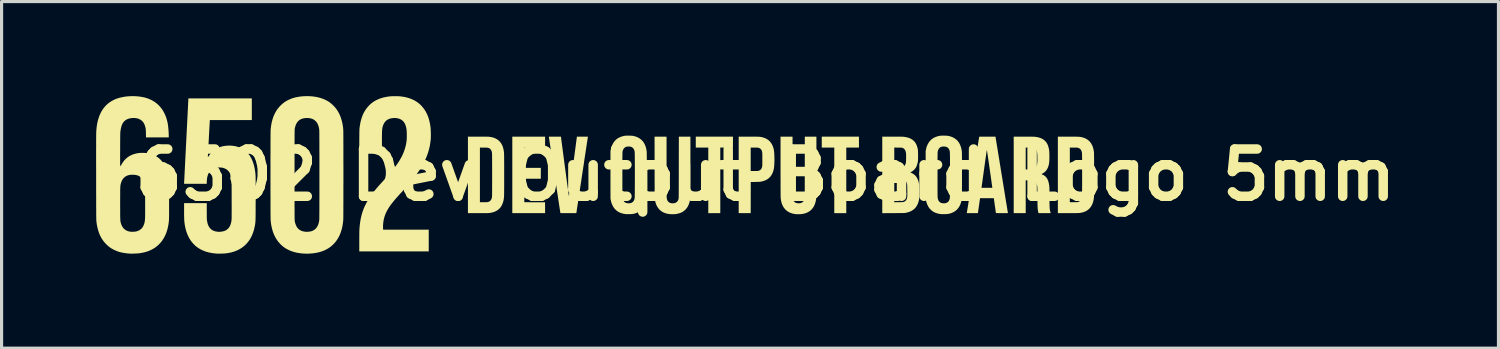
<source format=kicad_pcb>
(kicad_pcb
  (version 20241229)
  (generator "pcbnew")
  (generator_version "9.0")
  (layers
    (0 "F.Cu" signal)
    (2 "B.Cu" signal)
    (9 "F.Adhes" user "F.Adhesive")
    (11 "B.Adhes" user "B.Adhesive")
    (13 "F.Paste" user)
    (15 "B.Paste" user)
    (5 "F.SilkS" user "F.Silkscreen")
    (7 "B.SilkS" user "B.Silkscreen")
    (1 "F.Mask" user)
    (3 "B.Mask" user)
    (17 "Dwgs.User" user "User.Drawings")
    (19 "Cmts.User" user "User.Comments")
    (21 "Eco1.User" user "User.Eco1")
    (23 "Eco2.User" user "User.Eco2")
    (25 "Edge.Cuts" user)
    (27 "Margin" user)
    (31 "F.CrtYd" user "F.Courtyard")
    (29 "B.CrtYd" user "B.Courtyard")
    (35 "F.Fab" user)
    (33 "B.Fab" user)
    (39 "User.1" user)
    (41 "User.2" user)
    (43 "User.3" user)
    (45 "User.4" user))
  (footprint "6502 Dev Output Board Logo 5mm"
    (layer "F.Cu")
    (at 21.237 2.5)
    (property "Reference" "6502 Dev Output Board Logo 5mm" (at 0 0 0) (layer "F.SilkS") (effects (font (size 1.5 1.5) (thickness 0.3))))
    (attr board_only exclude_from_pos_files exclude_from_bom)
    (fp_poly (pts (xy -1.028 -1.041) (xy -1.028 -0.867) (xy -1.229 -0.867) (xy -1.43 -0.867) (xy -1.43 0.173) (xy -1.43 1.214) (xy -1.62 1.214) (xy -1.811 1.214) (xy -1.811 0.173) (xy -1.811 -0.867) (xy -2.009 -0.867) (xy -2.208 -0.867) (xy -2.208 -1.041) (xy -2.208 -1.214) (xy -1.618 -1.214) (xy -1.028 -1.214)) (stroke (width 0) (type solid)) (fill yes) (layer "F.SilkS"))
    (fp_poly (pts (xy 2.97 -1.041) (xy 2.97 -0.867) (xy 2.769 -0.867) (xy 2.568 -0.867) (xy 2.568 0.173) (xy 2.568 1.214) (xy 2.378 1.214) (xy 2.187 1.214) (xy 2.187 0.173) (xy 2.187 -0.867) (xy 1.988 -0.867) (xy 1.79 -0.867) (xy 1.79 -1.041) (xy 1.79 -1.214) (xy 2.38 -1.214) (xy 2.97 -1.214)) (stroke (width 0) (type solid)) (fill yes) (layer "F.SilkS"))
    (fp_poly (pts (xy -6.99 -1.042) (xy -6.991 -0.869) (xy -7.32 -0.868) (xy -7.649 -0.867) (xy -7.649 -0.546) (xy -7.649 -0.224) (xy -7.386 -0.224) (xy -7.124 -0.224) (xy -7.125 -0.052) (xy -7.126 0.121) (xy -7.388 0.122) (xy -7.649 0.123) (xy -7.649 0.495) (xy -7.649 0.867) (xy -7.32 0.868) (xy -6.991 0.869) (xy -6.99 1.042) (xy -6.989 1.214) (xy -7.509 1.214) (xy -8.03 1.214) (xy -8.03 0) (xy -8.03 -1.214) (xy -7.509 -1.214) (xy -6.989 -1.214)) (stroke (width 0) (type solid)) (fill yes) (layer "F.SilkS"))
    (fp_poly (pts (xy -0.471 -1.214) (xy -0.414 -1.214) (xy -0.364 -1.214) (xy -0.321 -1.213) (xy -0.283 -1.213) (xy -0.251 -1.212) (xy -0.222 -1.211) (xy -0.198 -1.21) (xy -0.177 -1.208) (xy -0.158 -1.206) (xy -0.141 -1.203) (xy -0.125 -1.201) (xy -0.109 -1.197) (xy -0.093 -1.193) (xy -0.083 -1.191) (xy -0.021 -1.171) (xy 0.035 -1.145) (xy 0.085 -1.113) (xy 0.13 -1.075) (xy 0.169 -1.03) (xy 0.203 -0.98) (xy 0.215 -0.957) (xy 0.23 -0.925) (xy 0.244 -0.891) (xy 0.255 -0.856) (xy 0.265 -0.819) (xy 0.272 -0.778) (xy 0.278 -0.733) (xy 0.282 -0.684) (xy 0.285 -0.629) (xy 0.287 -0.567) (xy 0.288 -0.497) (xy 0.288 -0.495) (xy 0.287 -0.424) (xy 0.285 -0.361) (xy 0.282 -0.305) (xy 0.278 -0.254) (xy 0.272 -0.209) (xy 0.264 -0.168) (xy 0.254 -0.13) (xy 0.242 -0.095) (xy 0.229 -0.061) (xy 0.219 -0.04) (xy 0.189 0.013) (xy 0.154 0.06) (xy 0.114 0.1) (xy 0.069 0.135) (xy 0.018 0.164) (xy -0.039 0.187) (xy -0.102 0.206) (xy -0.142 0.214) (xy -0.156 0.216) (xy -0.174 0.218) (xy -0.196 0.22) (xy -0.223 0.221) (xy -0.256 0.222) (xy -0.296 0.223) (xy -0.322 0.224) (xy -0.463 0.226) (xy -0.464 0.72) (xy -0.465 1.214) (xy -0.656 1.214) (xy -0.846 1.214) (xy -0.846 0) (xy -0.846 -0.495) (xy -0.465 -0.495) (xy -0.465 -0.123) (xy -0.354 -0.123) (xy -0.315 -0.123) (xy -0.283 -0.123) (xy -0.258 -0.124) (xy -0.239 -0.126) (xy -0.226 -0.128) (xy -0.222 -0.128) (xy -0.188 -0.141) (xy -0.159 -0.158) (xy -0.137 -0.181) (xy -0.119 -0.21) (xy -0.106 -0.246) (xy -0.102 -0.262) (xy -0.101 -0.271) (xy -0.099 -0.281) (xy -0.098 -0.293) (xy -0.097 -0.309) (xy -0.097 -0.328) (xy -0.096 -0.352) (xy -0.096 -0.381) (xy -0.096 -0.416) (xy -0.096 -0.459) (xy -0.096 -0.495) (xy -0.096 -0.543) (xy -0.096 -0.584) (xy -0.096 -0.618) (xy -0.096 -0.645) (xy -0.097 -0.668) (xy -0.098 -0.686) (xy -0.099 -0.7) (xy -0.1 -0.712) (xy -0.101 -0.722) (xy -0.102 -0.728) (xy -0.113 -0.766) (xy -0.128 -0.797) (xy -0.147 -0.821) (xy -0.171 -0.84) (xy -0.178 -0.844) (xy -0.191 -0.85) (xy -0.203 -0.856) (xy -0.216 -0.86) (xy -0.231 -0.863) (xy -0.248 -0.865) (xy -0.27 -0.866) (xy -0.297 -0.867) (xy -0.331 -0.867) (xy -0.354 -0.867) (xy -0.465 -0.867) (xy -0.465 -0.495) (xy -0.846 -0.495) (xy -0.846 -1.214) (xy -0.536 -1.214)) (stroke (width 0) (type solid)) (fill yes) (layer "F.SilkS"))
    (fp_poly (pts (xy 0.864 -0.236) (xy 0.864 -0.128) (xy 0.864 -0.029) (xy 0.864 0.063) (xy 0.865 0.147) (xy 0.865 0.224) (xy 0.865 0.294) (xy 0.865 0.358) (xy 0.865 0.415) (xy 0.865 0.467) (xy 0.865 0.513) (xy 0.866 0.554) (xy 0.866 0.59) (xy 0.866 0.622) (xy 0.867 0.649) (xy 0.867 0.673) (xy 0.867 0.693) (xy 0.868 0.71) (xy 0.868 0.724) (xy 0.869 0.735) (xy 0.869 0.744) (xy 0.87 0.751) (xy 0.87 0.757) (xy 0.871 0.762) (xy 0.872 0.765) (xy 0.873 0.768) (xy 0.888 0.807) (xy 0.907 0.839) (xy 0.931 0.864) (xy 0.961 0.883) (xy 0.996 0.895) (xy 1.036 0.901) (xy 1.058 0.902) (xy 1.099 0.899) (xy 1.135 0.89) (xy 1.166 0.875) (xy 1.193 0.854) (xy 1.195 0.853) (xy 1.21 0.835) (xy 1.222 0.816) (xy 1.232 0.793) (xy 1.241 0.766) (xy 1.25 0.734) (xy 1.251 -0.24) (xy 1.252 -1.214) (xy 1.436 -1.214) (xy 1.62 -1.214) (xy 1.62 -0.295) (xy 1.62 -0.185) (xy 1.62 -0.083) (xy 1.62 0.011) (xy 1.62 0.098) (xy 1.62 0.178) (xy 1.62 0.251) (xy 1.62 0.317) (xy 1.619 0.377) (xy 1.619 0.432) (xy 1.619 0.482) (xy 1.618 0.526) (xy 1.618 0.566) (xy 1.617 0.601) (xy 1.617 0.632) (xy 1.616 0.66) (xy 1.615 0.684) (xy 1.614 0.705) (xy 1.613 0.724) (xy 1.612 0.74) (xy 1.611 0.755) (xy 1.61 0.768) (xy 1.609 0.779) (xy 1.607 0.79) (xy 1.605 0.8) (xy 1.605 0.802) (xy 1.589 0.873) (xy 1.567 0.938) (xy 1.54 0.997) (xy 1.506 1.05) (xy 1.467 1.097) (xy 1.422 1.138) (xy 1.371 1.172) (xy 1.315 1.201) (xy 1.253 1.223) (xy 1.185 1.238) (xy 1.147 1.244) (xy 1.131 1.245) (xy 1.109 1.246) (xy 1.083 1.247) (xy 1.055 1.247) (xy 1.027 1.247) (xy 1.001 1.247) (xy 0.979 1.246) (xy 0.964 1.245) (xy 0.962 1.245) (xy 0.893 1.234) (xy 0.829 1.217) (xy 0.771 1.194) (xy 0.719 1.166) (xy 0.671 1.131) (xy 0.629 1.092) (xy 0.591 1.046) (xy 0.559 0.994) (xy 0.532 0.937) (xy 0.511 0.874) (xy 0.496 0.805) (xy 0.487 0.739) (xy 0.486 0.73) (xy 0.486 0.712) (xy 0.485 0.685) (xy 0.485 0.651) (xy 0.484 0.608) (xy 0.484 0.556) (xy 0.484 0.497) (xy 0.483 0.429) (xy 0.483 0.354) (xy 0.483 0.27) (xy 0.483 0.179) (xy 0.482 0.079) (xy 0.482 -0.028) (xy 0.482 -0.143) (xy 0.482 -0.258) (xy 0.482 -1.214) (xy 0.673 -1.214) (xy 0.863 -1.214)) (stroke (width 0) (type solid)) (fill yes) (layer "F.SilkS"))
    (fp_poly (pts (xy -5.632 -1.203) (xy -5.633 -1.197) (xy -5.635 -1.184) (xy -5.638 -1.163) (xy -5.643 -1.135) (xy -5.648 -1.1) (xy -5.654 -1.058) (xy -5.662 -1.01) (xy -5.67 -0.956) (xy -5.679 -0.896) (xy -5.689 -0.83) (xy -5.7 -0.76) (xy -5.711 -0.685) (xy -5.723 -0.606) (xy -5.736 -0.523) (xy -5.749 -0.436) (xy -5.762 -0.345) (xy -5.776 -0.252) (xy -5.791 -0.156) (xy -5.806 -0.058) (xy -5.815 0.002) (xy -5.83 0.102) (xy -5.844 0.199) (xy -5.859 0.294) (xy -5.873 0.386) (xy -5.886 0.475) (xy -5.899 0.56) (xy -5.911 0.642) (xy -5.923 0.719) (xy -5.934 0.792) (xy -5.945 0.861) (xy -5.954 0.924) (xy -5.963 0.981) (xy -5.971 1.033) (xy -5.978 1.079) (xy -5.984 1.118) (xy -5.988 1.15) (xy -5.992 1.175) (xy -5.995 1.193) (xy -5.997 1.203) (xy -5.997 1.205) (xy -5.999 1.214) (xy -6.251 1.214) (xy -6.306 1.214) (xy -6.352 1.214) (xy -6.392 1.214) (xy -6.424 1.214) (xy -6.45 1.213) (xy -6.471 1.213) (xy -6.486 1.212) (xy -6.496 1.211) (xy -6.502 1.21) (xy -6.504 1.209) (xy -6.504 1.209) (xy -6.505 1.204) (xy -6.507 1.192) (xy -6.51 1.172) (xy -6.514 1.145) (xy -6.519 1.111) (xy -6.526 1.07) (xy -6.533 1.024) (xy -6.541 0.972) (xy -6.549 0.916) (xy -6.559 0.854) (xy -6.569 0.788) (xy -6.579 0.718) (xy -6.59 0.644) (xy -6.602 0.568) (xy -6.614 0.489) (xy -6.626 0.407) (xy -6.639 0.323) (xy -6.652 0.238) (xy -6.665 0.152) (xy -6.678 0.065) (xy -6.691 -0.022) (xy -6.704 -0.109) (xy -6.718 -0.196) (xy -6.73 -0.281) (xy -6.743 -0.366) (xy -6.756 -0.448) (xy -6.768 -0.529) (xy -6.78 -0.607) (xy -6.791 -0.682) (xy -6.802 -0.754) (xy -6.812 -0.822) (xy -6.822 -0.886) (xy -6.831 -0.946) (xy -6.839 -1) (xy -6.846 -1.049) (xy -6.853 -1.093) (xy -6.858 -1.13) (xy -6.863 -1.161) (xy -6.867 -1.185) (xy -6.869 -1.201) (xy -6.87 -1.21) (xy -6.87 -1.211) (xy -6.866 -1.212) (xy -6.855 -1.212) (xy -6.836 -1.213) (xy -6.812 -1.213) (xy -6.782 -1.214) (xy -6.748 -1.214) (xy -6.711 -1.214) (xy -6.679 -1.214) (xy -6.487 -1.214) (xy -6.363 -0.272) (xy -6.351 -0.184) (xy -6.339 -0.097) (xy -6.328 -0.014) (xy -6.318 0.066) (xy -6.307 0.143) (xy -6.297 0.217) (xy -6.288 0.286) (xy -6.279 0.351) (xy -6.271 0.411) (xy -6.263 0.465) (xy -6.257 0.514) (xy -6.251 0.557) (xy -6.245 0.594) (xy -6.241 0.624) (xy -6.238 0.647) (xy -6.235 0.662) (xy -6.234 0.67) (xy -6.234 0.671) (xy -6.233 0.666) (xy -6.231 0.654) (xy -6.228 0.634) (xy -6.224 0.607) (xy -6.219 0.573) (xy -6.213 0.533) (xy -6.207 0.486) (xy -6.2 0.434) (xy -6.192 0.376) (xy -6.183 0.314) (xy -6.174 0.246) (xy -6.164 0.174) (xy -6.154 0.099) (xy -6.144 0.02) (xy -6.133 -0.062) (xy -6.121 -0.147) (xy -6.11 -0.235) (xy -6.105 -0.272) (xy -5.98 -1.214) (xy -5.805 -1.214) (xy -5.63 -1.214)) (stroke (width 0) (type solid)) (fill yes) (layer "F.SilkS"))
    (fp_poly (pts (xy -3.135 -0.251) (xy -3.135 -0.144) (xy -3.135 -0.046) (xy -3.135 0.045) (xy -3.135 0.128) (xy -3.135 0.205) (xy -3.135 0.274) (xy -3.134 0.337) (xy -3.134 0.394) (xy -3.134 0.445) (xy -3.134 0.49) (xy -3.134 0.531) (xy -3.134 0.566) (xy -3.133 0.598) (xy -3.133 0.625) (xy -3.133 0.649) (xy -3.132 0.669) (xy -3.132 0.686) (xy -3.132 0.7) (xy -3.131 0.712) (xy -3.131 0.721) (xy -3.13 0.729) (xy -3.129 0.736) (xy -3.128 0.742) (xy -3.128 0.747) (xy -3.127 0.751) (xy -3.119 0.783) (xy -3.109 0.809) (xy -3.096 0.831) (xy -3.08 0.851) (xy -3.078 0.853) (xy -3.052 0.874) (xy -3.024 0.888) (xy -2.991 0.898) (xy -2.952 0.902) (xy -2.94 0.902) (xy -2.897 0.899) (xy -2.859 0.889) (xy -2.827 0.873) (xy -2.8 0.85) (xy -2.778 0.821) (xy -2.762 0.786) (xy -2.755 0.763) (xy -2.754 0.759) (xy -2.754 0.754) (xy -2.753 0.749) (xy -2.752 0.742) (xy -2.752 0.733) (xy -2.751 0.721) (xy -2.751 0.708) (xy -2.75 0.691) (xy -2.75 0.671) (xy -2.75 0.648) (xy -2.749 0.621) (xy -2.749 0.59) (xy -2.749 0.554) (xy -2.749 0.513) (xy -2.748 0.468) (xy -2.748 0.417) (xy -2.748 0.36) (xy -2.748 0.297) (xy -2.748 0.227) (xy -2.747 0.151) (xy -2.747 0.067) (xy -2.747 -0.024) (xy -2.747 -0.122) (xy -2.747 -0.229) (xy -2.747 -0.24) (xy -2.745 -1.214) (xy -2.562 -1.214) (xy -2.378 -1.214) (xy -2.378 -0.291) (xy -2.378 -0.181) (xy -2.378 -0.076) (xy -2.378 0.023) (xy -2.378 0.117) (xy -2.378 0.204) (xy -2.378 0.285) (xy -2.379 0.36) (xy -2.379 0.428) (xy -2.379 0.488) (xy -2.379 0.542) (xy -2.38 0.589) (xy -2.38 0.628) (xy -2.381 0.659) (xy -2.381 0.682) (xy -2.382 0.697) (xy -2.382 0.7) (xy -2.389 0.774) (xy -2.401 0.842) (xy -2.418 0.903) (xy -2.44 0.96) (xy -2.467 1.012) (xy -2.498 1.058) (xy -2.537 1.104) (xy -2.583 1.143) (xy -2.633 1.177) (xy -2.689 1.204) (xy -2.751 1.224) (xy -2.819 1.239) (xy -2.851 1.244) (xy -2.877 1.246) (xy -2.908 1.247) (xy -2.942 1.247) (xy -2.978 1.247) (xy -3.012 1.246) (xy -3.042 1.244) (xy -3.063 1.241) (xy -3.13 1.228) (xy -3.191 1.209) (xy -3.247 1.185) (xy -3.298 1.154) (xy -3.344 1.116) (xy -3.368 1.092) (xy -3.403 1.051) (xy -3.432 1.006) (xy -3.457 0.957) (xy -3.478 0.902) (xy -3.495 0.841) (xy -3.504 0.797) (xy -3.505 0.792) (xy -3.506 0.787) (xy -3.507 0.782) (xy -3.508 0.775) (xy -3.508 0.768) (xy -3.509 0.759) (xy -3.509 0.749) (xy -3.51 0.737) (xy -3.51 0.722) (xy -3.511 0.705) (xy -3.511 0.684) (xy -3.512 0.66) (xy -3.512 0.633) (xy -3.512 0.601) (xy -3.512 0.565) (xy -3.513 0.525) (xy -3.513 0.479) (xy -3.513 0.428) (xy -3.513 0.371) (xy -3.513 0.308) (xy -3.514 0.239) (xy -3.514 0.163) (xy -3.514 0.08) (xy -3.514 -0.011) (xy -3.514 -0.109) (xy -3.514 -0.215) (xy -3.514 -0.232) (xy -3.516 -1.214) (xy -3.325 -1.214) (xy -3.135 -1.214)) (stroke (width 0) (type solid)) (fill yes) (layer "F.SilkS"))
    (fp_poly (pts (xy 9.604 -1.214) (xy 9.669 -1.214) (xy 9.725 -1.214) (xy 9.775 -1.214) (xy 9.818 -1.213) (xy 9.855 -1.213) (xy 9.887 -1.212) (xy 9.914 -1.211) (xy 9.938 -1.21) (xy 9.959 -1.209) (xy 9.977 -1.207) (xy 9.993 -1.205) (xy 10.009 -1.203) (xy 10.023 -1.2) (xy 10.038 -1.197) (xy 10.053 -1.193) (xy 10.116 -1.175) (xy 10.173 -1.149) (xy 10.225 -1.118) (xy 10.271 -1.08) (xy 10.312 -1.036) (xy 10.346 -0.986) (xy 10.375 -0.93) (xy 10.394 -0.881) (xy 10.407 -0.837) (xy 10.417 -0.787) (xy 10.426 -0.734) (xy 10.428 -0.711) (xy 10.429 -0.701) (xy 10.429 -0.682) (xy 10.43 -0.655) (xy 10.43 -0.62) (xy 10.431 -0.577) (xy 10.431 -0.527) (xy 10.432 -0.47) (xy 10.432 -0.405) (xy 10.432 -0.334) (xy 10.432 -0.255) (xy 10.432 -0.171) (xy 10.432 -0.08) (xy 10.432 0) (xy 10.432 0.096) (xy 10.432 0.186) (xy 10.432 0.27) (xy 10.432 0.347) (xy 10.432 0.417) (xy 10.431 0.48) (xy 10.431 0.536) (xy 10.431 0.585) (xy 10.43 0.626) (xy 10.43 0.66) (xy 10.429 0.686) (xy 10.429 0.703) (xy 10.428 0.711) (xy 10.417 0.787) (xy 10.401 0.857) (xy 10.379 0.92) (xy 10.351 0.978) (xy 10.317 1.029) (xy 10.278 1.074) (xy 10.233 1.112) (xy 10.182 1.145) (xy 10.126 1.171) (xy 10.064 1.191) (xy 10.053 1.193) (xy 10.037 1.197) (xy 10.023 1.2) (xy 10.008 1.203) (xy 9.992 1.205) (xy 9.976 1.207) (xy 9.958 1.209) (xy 9.937 1.21) (xy 9.913 1.212) (xy 9.885 1.212) (xy 9.853 1.213) (xy 9.815 1.213) (xy 9.772 1.214) (xy 9.722 1.214) (xy 9.665 1.214) (xy 9.604 1.214) (xy 9.282 1.214) (xy 9.282 0) (xy 9.662 0) (xy 9.662 0.867) (xy 9.777 0.867) (xy 9.814 0.867) (xy 9.844 0.867) (xy 9.868 0.866) (xy 9.886 0.865) (xy 9.9 0.864) (xy 9.912 0.862) (xy 9.918 0.861) (xy 9.954 0.848) (xy 9.983 0.829) (xy 10.008 0.804) (xy 10.026 0.773) (xy 10.026 0.773) (xy 10.03 0.766) (xy 10.033 0.76) (xy 10.035 0.753) (xy 10.038 0.747) (xy 10.04 0.739) (xy 10.042 0.731) (xy 10.043 0.72) (xy 10.045 0.708) (xy 10.046 0.694) (xy 10.047 0.676) (xy 10.048 0.656) (xy 10.049 0.632) (xy 10.05 0.604) (xy 10.05 0.571) (xy 10.051 0.534) (xy 10.051 0.492) (xy 10.051 0.444) (xy 10.051 0.39) (xy 10.052 0.33) (xy 10.052 0.263) (xy 10.052 0.188) (xy 10.052 0.106) (xy 10.052 0.017) (xy 10.052 0) (xy 10.052 -0.09) (xy 10.052 -0.171) (xy 10.052 -0.245) (xy 10.052 -0.312) (xy 10.051 -0.371) (xy 10.051 -0.425) (xy 10.051 -0.472) (xy 10.051 -0.513) (xy 10.051 -0.55) (xy 10.05 -0.581) (xy 10.05 -0.608) (xy 10.05 -0.631) (xy 10.049 -0.65) (xy 10.049 -0.666) (xy 10.048 -0.679) (xy 10.047 -0.689) (xy 10.047 -0.698) (xy 10.046 -0.705) (xy 10.045 -0.709) (xy 10.035 -0.751) (xy 10.02 -0.785) (xy 10 -0.813) (xy 9.975 -0.836) (xy 9.944 -0.852) (xy 9.925 -0.859) (xy 9.915 -0.861) (xy 9.906 -0.863) (xy 9.895 -0.865) (xy 9.881 -0.866) (xy 9.864 -0.867) (xy 9.841 -0.867) (xy 9.813 -0.867) (xy 9.779 -0.867) (xy 9.662 -0.867) (xy 9.662 0) (xy 9.282 0) (xy 9.282 -1.214)) (stroke (width 0) (type solid)) (fill yes) (layer "F.SilkS"))
    (fp_poly (pts (xy -9.057 -1.214) (xy -9.002 -1.214) (xy -8.954 -1.214) (xy -8.912 -1.214) (xy -8.877 -1.213) (xy -8.847 -1.213) (xy -8.822 -1.212) (xy -8.801 -1.211) (xy -8.783 -1.211) (xy -8.768 -1.21) (xy -8.756 -1.208) (xy -8.75 -1.208) (xy -8.68 -1.196) (xy -8.616 -1.178) (xy -8.559 -1.154) (xy -8.507 -1.125) (xy -8.46 -1.089) (xy -8.446 -1.076) (xy -8.407 -1.033) (xy -8.375 -0.986) (xy -8.347 -0.933) (xy -8.325 -0.875) (xy -8.309 -0.811) (xy -8.297 -0.741) (xy -8.292 -0.685) (xy -8.291 -0.673) (xy -8.291 -0.652) (xy -8.29 -0.624) (xy -8.29 -0.589) (xy -8.289 -0.549) (xy -8.289 -0.503) (xy -8.289 -0.452) (xy -8.288 -0.396) (xy -8.288 -0.337) (xy -8.288 -0.275) (xy -8.288 -0.211) (xy -8.288 -0.145) (xy -8.288 -0.077) (xy -8.288 -0.009) (xy -8.288 0.06) (xy -8.288 0.128) (xy -8.288 0.194) (xy -8.288 0.259) (xy -8.288 0.322) (xy -8.288 0.382) (xy -8.289 0.438) (xy -8.289 0.49) (xy -8.289 0.538) (xy -8.29 0.58) (xy -8.29 0.616) (xy -8.291 0.646) (xy -8.291 0.668) (xy -8.292 0.683) (xy -8.292 0.685) (xy -8.3 0.763) (xy -8.314 0.835) (xy -8.334 0.9) (xy -8.36 0.959) (xy -8.391 1.012) (xy -8.428 1.058) (xy -8.471 1.099) (xy -8.519 1.133) (xy -8.574 1.161) (xy -8.634 1.184) (xy -8.7 1.2) (xy -8.75 1.208) (xy -8.762 1.209) (xy -8.775 1.21) (xy -8.791 1.211) (xy -8.811 1.212) (xy -8.834 1.213) (xy -8.861 1.213) (xy -8.894 1.213) (xy -8.932 1.214) (xy -8.977 1.214) (xy -9.028 1.214) (xy -9.087 1.214) (xy -9.12 1.214) (xy -9.438 1.214) (xy -9.438 0) (xy -9.058 0) (xy -9.058 0.867) (xy -8.943 0.867) (xy -8.906 0.867) (xy -8.876 0.867) (xy -8.852 0.866) (xy -8.834 0.865) (xy -8.819 0.864) (xy -8.808 0.862) (xy -8.802 0.861) (xy -8.773 0.851) (xy -8.748 0.836) (xy -8.725 0.816) (xy -8.722 0.813) (xy -8.706 0.793) (xy -8.694 0.772) (xy -8.685 0.747) (xy -8.678 0.719) (xy -8.677 0.715) (xy -8.676 0.709) (xy -8.675 0.702) (xy -8.674 0.694) (xy -8.674 0.683) (xy -8.673 0.67) (xy -8.673 0.654) (xy -8.672 0.635) (xy -8.672 0.612) (xy -8.672 0.585) (xy -8.671 0.553) (xy -8.671 0.517) (xy -8.671 0.475) (xy -8.671 0.428) (xy -8.671 0.374) (xy -8.671 0.315) (xy -8.67 0.248) (xy -8.67 0.174) (xy -8.67 0.092) (xy -8.67 0.003) (xy -8.67 0) (xy -8.67 -0.09) (xy -8.67 -0.172) (xy -8.67 -0.246) (xy -8.671 -0.313) (xy -8.671 -0.373) (xy -8.671 -0.426) (xy -8.671 -0.474) (xy -8.671 -0.516) (xy -8.671 -0.552) (xy -8.672 -0.584) (xy -8.672 -0.611) (xy -8.672 -0.634) (xy -8.673 -0.653) (xy -8.673 -0.669) (xy -8.674 -0.683) (xy -8.674 -0.693) (xy -8.675 -0.702) (xy -8.676 -0.709) (xy -8.677 -0.714) (xy -8.678 -0.719) (xy -8.678 -0.719) (xy -8.686 -0.75) (xy -8.696 -0.775) (xy -8.708 -0.796) (xy -8.722 -0.813) (xy -8.736 -0.827) (xy -8.749 -0.838) (xy -8.763 -0.847) (xy -8.779 -0.854) (xy -8.798 -0.859) (xy -8.82 -0.863) (xy -8.847 -0.865) (xy -8.88 -0.867) (xy -8.92 -0.867) (xy -8.943 -0.867) (xy -9.058 -0.867) (xy -9.058 0) (xy -9.438 0) (xy -9.438 -1.214) (xy -9.12 -1.214)) (stroke (width 0) (type solid)) (fill yes) (layer "F.SilkS"))
    (fp_poly (pts (xy 8.254 -1.214) (xy 8.31 -1.214) (xy 8.362 -1.214) (xy 8.409 -1.213) (xy 8.451 -1.213) (xy 8.486 -1.212) (xy 8.515 -1.211) (xy 8.536 -1.211) (xy 8.55 -1.21) (xy 8.55 -1.21) (xy 8.622 -1.2) (xy 8.688 -1.184) (xy 8.747 -1.164) (xy 8.799 -1.138) (xy 8.845 -1.106) (xy 8.886 -1.068) (xy 8.921 -1.025) (xy 8.95 -0.976) (xy 8.973 -0.92) (xy 8.991 -0.858) (xy 8.998 -0.826) (xy 9.004 -0.793) (xy 9.008 -0.754) (xy 9.011 -0.709) (xy 9.013 -0.66) (xy 9.014 -0.61) (xy 9.014 -0.558) (xy 9.013 -0.508) (xy 9.011 -0.459) (xy 9.008 -0.415) (xy 9.004 -0.376) (xy 8.999 -0.343) (xy 8.998 -0.341) (xy 8.984 -0.282) (xy 8.964 -0.228) (xy 8.94 -0.18) (xy 8.919 -0.147) (xy 8.892 -0.116) (xy 8.86 -0.086) (xy 8.825 -0.06) (xy 8.791 -0.04) (xy 8.784 -0.037) (xy 8.773 -0.032) (xy 8.767 -0.026) (xy 8.766 -0.024) (xy 8.769 -0.019) (xy 8.779 -0.015) (xy 8.784 -0.013) (xy 8.812 -0.002) (xy 8.842 0.015) (xy 8.872 0.036) (xy 8.897 0.059) (xy 8.923 0.089) (xy 8.946 0.124) (xy 8.965 0.164) (xy 8.981 0.21) (xy 8.994 0.262) (xy 9.005 0.322) (xy 9.007 0.341) (xy 9.009 0.355) (xy 9.01 0.369) (xy 9.012 0.384) (xy 9.013 0.4) (xy 9.013 0.419) (xy 9.014 0.441) (xy 9.014 0.467) (xy 9.015 0.498) (xy 9.015 0.534) (xy 9.015 0.577) (xy 9.015 0.627) (xy 9.015 0.66) (xy 9.015 0.733) (xy 9.016 0.799) (xy 9.016 0.857) (xy 9.017 0.908) (xy 9.018 0.953) (xy 9.019 0.993) (xy 9.021 1.028) (xy 9.023 1.059) (xy 9.026 1.086) (xy 9.029 1.109) (xy 9.032 1.13) (xy 9.036 1.149) (xy 9.041 1.167) (xy 9.047 1.184) (xy 9.053 1.201) (xy 9.055 1.207) (xy 9.056 1.208) (xy 9.055 1.21) (xy 9.052 1.211) (xy 9.046 1.212) (xy 9.036 1.213) (xy 9.023 1.213) (xy 9.004 1.214) (xy 8.98 1.214) (xy 8.95 1.214) (xy 8.912 1.214) (xy 8.867 1.214) (xy 8.864 1.214) (xy 8.67 1.214) (xy 8.662 1.188) (xy 8.658 1.171) (xy 8.654 1.153) (xy 8.65 1.134) (xy 8.647 1.113) (xy 8.645 1.091) (xy 8.642 1.065) (xy 8.64 1.036) (xy 8.639 1.004) (xy 8.637 0.966) (xy 8.636 0.924) (xy 8.636 0.875) (xy 8.635 0.821) (xy 8.635 0.759) (xy 8.635 0.69) (xy 8.635 0.647) (xy 8.635 0.592) (xy 8.634 0.544) (xy 8.634 0.503) (xy 8.634 0.469) (xy 8.633 0.44) (xy 8.633 0.417) (xy 8.632 0.398) (xy 8.631 0.383) (xy 8.629 0.37) (xy 8.628 0.362) (xy 8.619 0.319) (xy 8.607 0.283) (xy 8.592 0.253) (xy 8.572 0.229) (xy 8.548 0.21) (xy 8.523 0.197) (xy 8.504 0.189) (xy 8.484 0.183) (xy 8.46 0.179) (xy 8.433 0.176) (xy 8.4 0.174) (xy 8.36 0.173) (xy 8.349 0.173) (xy 8.262 0.173) (xy 8.262 0.694) (xy 8.262 1.214) (xy 8.072 1.214) (xy 7.881 1.214) (xy 7.881 0) (xy 7.881 -0.52) (xy 8.262 -0.52) (xy 8.262 -0.173) (xy 8.346 -0.174) (xy 8.374 -0.174) (xy 8.401 -0.174) (xy 8.425 -0.175) (xy 8.445 -0.176) (xy 8.458 -0.178) (xy 8.499 -0.187) (xy 8.535 -0.203) (xy 8.555 -0.216) (xy 8.572 -0.231) (xy 8.588 -0.248) (xy 8.6 -0.268) (xy 8.611 -0.292) (xy 8.619 -0.319) (xy 8.625 -0.351) (xy 8.63 -0.389) (xy 8.633 -0.433) (xy 8.634 -0.484) (xy 8.634 -0.542) (xy 8.633 -0.569) (xy 8.632 -0.619) (xy 8.629 -0.662) (xy 8.626 -0.699) (xy 8.62 -0.729) (xy 8.614 -0.755) (xy 8.605 -0.777) (xy 8.595 -0.795) (xy 8.582 -0.812) (xy 8.574 -0.821) (xy 8.561 -0.833) (xy 8.547 -0.843) (xy 8.533 -0.851) (xy 8.516 -0.857) (xy 8.496 -0.861) (xy 8.471 -0.864) (xy 8.441 -0.866) (xy 8.404 -0.867) (xy 8.369 -0.867) (xy 8.262 -0.867) (xy 8.262 -0.52) (xy 7.881 -0.52) (xy 7.881 -1.214) (xy 8.194 -1.214)) (stroke (width 0) (type solid)) (fill yes) (layer "F.SilkS"))
    (fp_poly (pts (xy 7.304 -1.205) (xy 7.305 -1.2) (xy 7.307 -1.187) (xy 7.31 -1.166) (xy 7.315 -1.138) (xy 7.321 -1.103) (xy 7.328 -1.062) (xy 7.335 -1.014) (xy 7.344 -0.959) (xy 7.354 -0.9) (xy 7.365 -0.835) (xy 7.376 -0.765) (xy 7.388 -0.69) (xy 7.401 -0.611) (xy 7.415 -0.528) (xy 7.429 -0.441) (xy 7.443 -0.351) (xy 7.459 -0.257) (xy 7.474 -0.162) (xy 7.49 -0.063) (xy 7.501 0.002) (xy 7.517 0.102) (xy 7.533 0.199) (xy 7.548 0.294) (xy 7.563 0.386) (xy 7.578 0.475) (xy 7.591 0.56) (xy 7.605 0.642) (xy 7.617 0.72) (xy 7.629 0.793) (xy 7.64 0.861) (xy 7.651 0.924) (xy 7.66 0.982) (xy 7.669 1.034) (xy 7.676 1.08) (xy 7.682 1.119) (xy 7.688 1.151) (xy 7.692 1.177) (xy 7.695 1.195) (xy 7.697 1.205) (xy 7.697 1.207) (xy 7.697 1.209) (xy 7.696 1.21) (xy 7.692 1.211) (xy 7.686 1.212) (xy 7.677 1.213) (xy 7.663 1.213) (xy 7.645 1.213) (xy 7.62 1.214) (xy 7.59 1.214) (xy 7.552 1.213) (xy 7.508 1.213) (xy 7.317 1.212) (xy 7.283 0.976) (xy 7.25 0.74) (xy 7.031 0.74) (xy 6.813 0.74) (xy 6.78 0.97) (xy 6.774 1.013) (xy 6.768 1.054) (xy 6.762 1.092) (xy 6.757 1.125) (xy 6.753 1.154) (xy 6.75 1.178) (xy 6.747 1.195) (xy 6.745 1.205) (xy 6.745 1.207) (xy 6.744 1.209) (xy 6.742 1.21) (xy 6.737 1.211) (xy 6.73 1.212) (xy 6.719 1.213) (xy 6.704 1.213) (xy 6.684 1.214) (xy 6.657 1.214) (xy 6.624 1.214) (xy 6.584 1.214) (xy 6.568 1.214) (xy 6.53 1.214) (xy 6.495 1.214) (xy 6.464 1.214) (xy 6.437 1.213) (xy 6.416 1.213) (xy 6.401 1.212) (xy 6.393 1.212) (xy 6.392 1.211) (xy 6.393 1.207) (xy 6.395 1.195) (xy 6.398 1.175) (xy 6.403 1.147) (xy 6.408 1.113) (xy 6.415 1.071) (xy 6.423 1.024) (xy 6.431 0.97) (xy 6.441 0.911) (xy 6.451 0.846) (xy 6.463 0.777) (xy 6.475 0.702) (xy 6.488 0.623) (xy 6.501 0.54) (xy 6.515 0.454) (xy 6.523 0.405) (xy 6.859 0.405) (xy 6.86 0.406) (xy 6.864 0.407) (xy 6.87 0.408) (xy 6.88 0.409) (xy 6.895 0.41) (xy 6.915 0.41) (xy 6.94 0.41) (xy 6.972 0.41) (xy 7.012 0.41) (xy 7.03 0.41) (xy 7.203 0.41) (xy 7.194 0.344) (xy 7.182 0.261) (xy 7.171 0.178) (xy 7.159 0.095) (xy 7.148 0.014) (xy 7.136 -0.065) (xy 7.125 -0.143) (xy 7.115 -0.218) (xy 7.104 -0.291) (xy 7.094 -0.36) (xy 7.085 -0.426) (xy 7.076 -0.488) (xy 7.067 -0.545) (xy 7.06 -0.597) (xy 7.053 -0.644) (xy 7.046 -0.685) (xy 7.041 -0.72) (xy 7.037 -0.749) (xy 7.033 -0.77) (xy 7.031 -0.785) (xy 7.029 -0.791) (xy 7.029 -0.791) (xy 7.028 -0.787) (xy 7.026 -0.775) (xy 7.023 -0.755) (xy 7.018 -0.728) (xy 7.013 -0.694) (xy 7.007 -0.654) (xy 7.001 -0.608) (xy 6.993 -0.556) (xy 6.985 -0.499) (xy 6.976 -0.436) (xy 6.967 -0.37) (xy 6.957 -0.299) (xy 6.947 -0.225) (xy 6.943 -0.198) (xy 6.933 -0.128) (xy 6.924 -0.06) (xy 6.915 0.005) (xy 6.906 0.067) (xy 6.898 0.125) (xy 6.891 0.179) (xy 6.884 0.228) (xy 6.878 0.272) (xy 6.872 0.311) (xy 6.868 0.343) (xy 6.864 0.369) (xy 6.861 0.388) (xy 6.86 0.4) (xy 6.859 0.403) (xy 6.859 0.405) (xy 6.523 0.405) (xy 6.53 0.364) (xy 6.545 0.271) (xy 6.561 0.175) (xy 6.577 0.076) (xy 6.589 -0.000182) (xy 6.605 -0.1) (xy 6.621 -0.198) (xy 6.637 -0.293) (xy 6.652 -0.386) (xy 6.666 -0.475) (xy 6.68 -0.561) (xy 6.694 -0.643) (xy 6.706 -0.721) (xy 6.718 -0.794) (xy 6.729 -0.862) (xy 6.74 -0.926) (xy 6.749 -0.984) (xy 6.757 -1.036) (xy 6.765 -1.082) (xy 6.771 -1.122) (xy 6.777 -1.154) (xy 6.781 -1.18) (xy 6.784 -1.198) (xy 6.785 -1.209) (xy 6.786 -1.212) (xy 6.79 -1.212) (xy 6.802 -1.212) (xy 6.821 -1.213) (xy 6.846 -1.213) (xy 6.876 -1.214) (xy 6.912 -1.214) (xy 6.952 -1.214) (xy 6.995 -1.214) (xy 7.04 -1.214) (xy 7.044 -1.214) (xy 7.302 -1.214)) (stroke (width 0) (type solid)) (fill yes) (layer "F.SilkS"))
    (fp_poly (pts (xy 4.087 -1.214) (xy 4.143 -1.214) (xy 4.195 -1.214) (xy 4.242 -1.213) (xy 4.284 -1.213) (xy 4.319 -1.212) (xy 4.348 -1.212) (xy 4.37 -1.211) (xy 4.384 -1.21) (xy 4.386 -1.21) (xy 4.458 -1.199) (xy 4.523 -1.184) (xy 4.581 -1.164) (xy 4.633 -1.138) (xy 4.679 -1.108) (xy 4.719 -1.071) (xy 4.754 -1.029) (xy 4.783 -0.981) (xy 4.807 -0.926) (xy 4.824 -0.871) (xy 4.83 -0.85) (xy 4.834 -0.83) (xy 4.838 -0.81) (xy 4.841 -0.789) (xy 4.843 -0.766) (xy 4.844 -0.74) (xy 4.845 -0.709) (xy 4.846 -0.673) (xy 4.846 -0.63) (xy 4.846 -0.613) (xy 4.846 -0.563) (xy 4.845 -0.521) (xy 4.845 -0.486) (xy 4.843 -0.459) (xy 4.842 -0.438) (xy 4.84 -0.427) (xy 4.827 -0.362) (xy 4.809 -0.303) (xy 4.786 -0.25) (xy 4.776 -0.231) (xy 4.751 -0.196) (xy 4.719 -0.161) (xy 4.683 -0.13) (xy 4.645 -0.104) (xy 4.623 -0.093) (xy 4.612 -0.087) (xy 4.605 -0.082) (xy 4.604 -0.079) (xy 4.608 -0.076) (xy 4.618 -0.071) (xy 4.632 -0.064) (xy 4.637 -0.062) (xy 4.687 -0.036) (xy 4.732 -0.003) (xy 4.771 0.036) (xy 4.804 0.081) (xy 4.832 0.133) (xy 4.854 0.191) (xy 4.871 0.256) (xy 4.879 0.296) (xy 4.88 0.309) (xy 4.881 0.326) (xy 4.882 0.349) (xy 4.883 0.379) (xy 4.884 0.414) (xy 4.884 0.457) (xy 4.884 0.507) (xy 4.884 0.537) (xy 4.884 0.588) (xy 4.884 0.632) (xy 4.884 0.668) (xy 4.883 0.7) (xy 4.882 0.726) (xy 4.881 0.749) (xy 4.879 0.768) (xy 4.876 0.786) (xy 4.873 0.802) (xy 4.869 0.819) (xy 4.865 0.836) (xy 4.859 0.855) (xy 4.859 0.857) (xy 4.837 0.919) (xy 4.809 0.975) (xy 4.776 1.026) (xy 4.737 1.07) (xy 4.691 1.108) (xy 4.64 1.141) (xy 4.582 1.168) (xy 4.518 1.189) (xy 4.461 1.202) (xy 4.452 1.204) (xy 4.444 1.205) (xy 4.435 1.207) (xy 4.425 1.208) (xy 4.413 1.209) (xy 4.399 1.209) (xy 4.382 1.21) (xy 4.362 1.211) (xy 4.337 1.211) (xy 4.308 1.211) (xy 4.273 1.212) (xy 4.232 1.212) (xy 4.185 1.212) (xy 4.13 1.213) (xy 4.068 1.213) (xy 4.062 1.213) (xy 3.71 1.215) (xy 3.71 0.495) (xy 4.091 0.495) (xy 4.091 0.868) (xy 4.229 0.866) (xy 4.269 0.866) (xy 4.301 0.865) (xy 4.326 0.865) (xy 4.346 0.864) (xy 4.361 0.863) (xy 4.373 0.861) (xy 4.382 0.86) (xy 4.389 0.858) (xy 4.389 0.858) (xy 4.423 0.842) (xy 4.45 0.821) (xy 4.472 0.794) (xy 4.488 0.761) (xy 4.488 0.759) (xy 4.492 0.746) (xy 4.496 0.732) (xy 4.499 0.718) (xy 4.501 0.703) (xy 4.503 0.685) (xy 4.504 0.665) (xy 4.505 0.64) (xy 4.505 0.609) (xy 4.505 0.573) (xy 4.505 0.53) (xy 4.504 0.495) (xy 4.504 0.451) (xy 4.504 0.414) (xy 4.503 0.384) (xy 4.502 0.36) (xy 4.502 0.34) (xy 4.501 0.325) (xy 4.5 0.312) (xy 4.498 0.302) (xy 4.497 0.293) (xy 4.494 0.284) (xy 4.494 0.28) (xy 4.48 0.239) (xy 4.462 0.204) (xy 4.438 0.176) (xy 4.41 0.155) (xy 4.376 0.139) (xy 4.341 0.129) (xy 4.327 0.127) (xy 4.307 0.125) (xy 4.281 0.124) (xy 4.248 0.123) (xy 4.208 0.123) (xy 4.202 0.123) (xy 4.091 0.123) (xy 4.091 0.495) (xy 3.71 0.495) (xy 3.71 0.000202) (xy 3.71 -0.545) (xy 4.091 -0.545) (xy 4.091 -0.223) (xy 4.193 -0.225) (xy 4.232 -0.226) (xy 4.262 -0.228) (xy 4.287 -0.229) (xy 4.305 -0.231) (xy 4.318 -0.234) (xy 4.32 -0.234) (xy 4.359 -0.248) (xy 4.391 -0.268) (xy 4.417 -0.293) (xy 4.438 -0.324) (xy 4.454 -0.362) (xy 4.457 -0.374) (xy 4.46 -0.388) (xy 4.462 -0.409) (xy 4.464 -0.435) (xy 4.465 -0.466) (xy 4.466 -0.5) (xy 4.467 -0.535) (xy 4.467 -0.571) (xy 4.467 -0.606) (xy 4.466 -0.639) (xy 4.465 -0.667) (xy 4.463 -0.691) (xy 4.461 -0.706) (xy 4.451 -0.749) (xy 4.435 -0.785) (xy 4.415 -0.815) (xy 4.389 -0.839) (xy 4.358 -0.855) (xy 4.351 -0.858) (xy 4.343 -0.86) (xy 4.335 -0.862) (xy 4.324 -0.863) (xy 4.311 -0.864) (xy 4.292 -0.865) (xy 4.269 -0.866) (xy 4.238 -0.866) (xy 4.213 -0.866) (xy 4.091 -0.868) (xy 4.091 -0.545) (xy 3.71 -0.545) (xy 3.71 -1.214) (xy 4.028 -1.214)) (stroke (width 0) (type solid)) (fill yes) (layer "F.SilkS"))
    (fp_poly (pts (xy -11.708 -2.497) (xy -11.67 -2.497) (xy -11.636 -2.496) (xy -11.607 -2.494) (xy -11.587 -2.493) (xy -11.487 -2.479) (xy -11.392 -2.46) (xy -11.304 -2.435) (xy -11.221 -2.404) (xy -11.144 -2.368) (xy -11.072 -2.325) (xy -11.005 -2.277) (xy -10.943 -2.223) (xy -10.916 -2.196) (xy -10.861 -2.132) (xy -10.811 -2.064) (xy -10.767 -1.991) (xy -10.728 -1.912) (xy -10.695 -1.827) (xy -10.668 -1.737) (xy -10.645 -1.64) (xy -10.628 -1.537) (xy -10.625 -1.51) (xy -10.622 -1.484) (xy -10.62 -1.45) (xy -10.618 -1.411) (xy -10.617 -1.369) (xy -10.615 -1.325) (xy -10.615 -1.281) (xy -10.615 -1.238) (xy -10.615 -1.199) (xy -10.616 -1.164) (xy -10.618 -1.135) (xy -10.618 -1.132) (xy -10.632 -1.017) (xy -10.651 -0.904) (xy -10.678 -0.792) (xy -10.712 -0.681) (xy -10.753 -0.571) (xy -10.801 -0.46) (xy -10.857 -0.35) (xy -10.92 -0.239) (xy -10.992 -0.126) (xy -11.071 -0.013) (xy -11.114 0.046) (xy -11.159 0.105) (xy -11.207 0.165) (xy -11.256 0.225) (xy -11.309 0.288) (xy -11.366 0.354) (xy -11.428 0.423) (xy -11.495 0.497) (xy -11.536 0.542) (xy -11.596 0.606) (xy -11.65 0.666) (xy -11.699 0.721) (xy -11.743 0.771) (xy -11.783 0.819) (xy -11.819 0.863) (xy -11.852 0.905) (xy -11.883 0.945) (xy -11.911 0.984) (xy -11.937 1.022) (xy -11.962 1.06) (xy -11.964 1.064) (xy -12.012 1.148) (xy -12.052 1.233) (xy -12.084 1.321) (xy -12.108 1.411) (xy -12.124 1.503) (xy -12.132 1.599) (xy -12.132 1.684) (xy -12.131 1.737) (xy -11.407 1.738) (xy -10.682 1.739) (xy -10.682 2.084) (xy -10.682 2.428) (xy -11.784 2.428) (xy -12.886 2.428) (xy -12.886 2.108) (xy -12.886 2.039) (xy -12.886 1.978) (xy -12.886 1.924) (xy -12.885 1.877) (xy -12.885 1.836) (xy -12.884 1.8) (xy -12.883 1.769) (xy -12.882 1.742) (xy -12.881 1.718) (xy -12.88 1.701) (xy -12.869 1.582) (xy -12.854 1.47) (xy -12.834 1.363) (xy -12.809 1.261) (xy -12.779 1.161) (xy -12.743 1.064) (xy -12.7 0.969) (xy -12.652 0.875) (xy -12.596 0.78) (xy -12.534 0.685) (xy -12.464 0.587) (xy -12.443 0.558) (xy -12.41 0.516) (xy -12.377 0.474) (xy -12.342 0.432) (xy -12.305 0.389) (xy -12.265 0.343) (xy -12.221 0.293) (xy -12.173 0.24) (xy -12.127 0.19) (xy -12.04 0.095) (xy -11.96 0.005) (xy -11.886 -0.081) (xy -11.819 -0.164) (xy -11.757 -0.244) (xy -11.701 -0.32) (xy -11.65 -0.394) (xy -11.604 -0.466) (xy -11.563 -0.537) (xy -11.527 -0.606) (xy -11.495 -0.675) (xy -11.468 -0.743) (xy -11.444 -0.812) (xy -11.424 -0.881) (xy -11.407 -0.951) (xy -11.393 -1.022) (xy -11.386 -1.07) (xy -11.383 -1.096) (xy -11.381 -1.128) (xy -11.379 -1.165) (xy -11.378 -1.206) (xy -11.378 -1.248) (xy -11.378 -1.29) (xy -11.379 -1.331) (xy -11.38 -1.369) (xy -11.382 -1.401) (xy -11.385 -1.428) (xy -11.385 -1.434) (xy -11.396 -1.496) (xy -11.41 -1.55) (xy -11.426 -1.597) (xy -11.446 -1.638) (xy -11.469 -1.674) (xy -11.496 -1.705) (xy -11.527 -1.733) (xy -11.548 -1.748) (xy -11.594 -1.772) (xy -11.644 -1.79) (xy -11.699 -1.801) (xy -11.758 -1.806) (xy -11.797 -1.805) (xy -11.858 -1.798) (xy -11.913 -1.786) (xy -11.963 -1.766) (xy -12.007 -1.741) (xy -12.046 -1.709) (xy -12.079 -1.67) (xy -12.107 -1.625) (xy -12.129 -1.574) (xy -12.136 -1.555) (xy -12.142 -1.537) (xy -12.147 -1.518) (xy -12.151 -1.499) (xy -12.155 -1.479) (xy -12.158 -1.456) (xy -12.16 -1.431) (xy -12.162 -1.403) (xy -12.164 -1.37) (xy -12.165 -1.333) (xy -12.166 -1.29) (xy -12.167 -1.241) (xy -12.167 -1.185) (xy -12.167 -1.122) (xy -12.167 -1.091) (xy -12.167 -0.808) (xy -12.527 -0.808) (xy -12.887 -0.808) (xy -12.885 -1.126) (xy -12.885 -1.188) (xy -12.884 -1.243) (xy -12.884 -1.29) (xy -12.883 -1.33) (xy -12.883 -1.365) (xy -12.882 -1.395) (xy -12.882 -1.42) (xy -12.881 -1.441) (xy -12.88 -1.46) (xy -12.879 -1.475) (xy -12.878 -1.489) (xy -12.876 -1.502) (xy -12.876 -1.504) (xy -12.86 -1.608) (xy -12.84 -1.705) (xy -12.815 -1.795) (xy -12.785 -1.88) (xy -12.75 -1.959) (xy -12.709 -2.033) (xy -12.662 -2.102) (xy -12.61 -2.166) (xy -12.554 -2.225) (xy -12.491 -2.28) (xy -12.424 -2.328) (xy -12.351 -2.37) (xy -12.273 -2.406) (xy -12.189 -2.437) (xy -12.099 -2.461) (xy -12.004 -2.48) (xy -11.913 -2.493) (xy -11.89 -2.494) (xy -11.86 -2.496) (xy -11.826 -2.497) (xy -11.788 -2.497) (xy -11.748 -2.498)) (stroke (width 0) (type solid)) (fill yes) (layer "F.SilkS"))
    (fp_poly (pts (xy -4.297 -1.245) (xy -4.261 -1.244) (xy -4.229 -1.242) (xy -4.201 -1.238) (xy -4.174 -1.233) (xy -4.147 -1.226) (xy -4.118 -1.218) (xy -4.113 -1.216) (xy -4.051 -1.192) (xy -3.996 -1.161) (xy -3.946 -1.124) (xy -3.902 -1.082) (xy -3.864 -1.033) (xy -3.832 -0.978) (xy -3.805 -0.917) (xy -3.785 -0.849) (xy -3.77 -0.776) (xy -3.765 -0.738) (xy -3.765 -0.729) (xy -3.764 -0.711) (xy -3.764 -0.685) (xy -3.763 -0.651) (xy -3.763 -0.61) (xy -3.762 -0.561) (xy -3.762 -0.505) (xy -3.762 -0.443) (xy -3.761 -0.373) (xy -3.761 -0.297) (xy -3.761 -0.215) (xy -3.761 -0.126) (xy -3.761 -0.032) (xy -3.761 0) (xy -3.761 0.096) (xy -3.761 0.187) (xy -3.761 0.271) (xy -3.761 0.349) (xy -3.762 0.421) (xy -3.762 0.486) (xy -3.762 0.544) (xy -3.763 0.595) (xy -3.763 0.639) (xy -3.763 0.675) (xy -3.764 0.703) (xy -3.764 0.724) (xy -3.765 0.736) (xy -3.765 0.738) (xy -3.777 0.814) (xy -3.795 0.884) (xy -3.818 0.948) (xy -3.848 1.006) (xy -3.883 1.058) (xy -3.924 1.104) (xy -3.971 1.144) (xy -4.023 1.177) (xy -4.082 1.205) (xy -4.113 1.216) (xy -4.143 1.225) (xy -4.172 1.233) (xy -4.201 1.238) (xy -4.232 1.242) (xy -4.267 1.244) (xy -4.308 1.246) (xy -4.326 1.246) (xy -4.353 1.246) (xy -4.378 1.246) (xy -4.4 1.246) (xy -4.416 1.246) (xy -4.426 1.246) (xy -4.427 1.245) (xy -4.492 1.235) (xy -4.55 1.22) (xy -4.602 1.203) (xy -4.649 1.181) (xy -4.691 1.156) (xy -4.711 1.141) (xy -4.735 1.121) (xy -4.759 1.098) (xy -4.781 1.075) (xy -4.8 1.053) (xy -4.802 1.049) (xy -4.815 1.031) (xy -4.829 1.007) (xy -4.844 0.979) (xy -4.858 0.951) (xy -4.87 0.923) (xy -4.88 0.899) (xy -4.882 0.893) (xy -4.886 0.877) (xy -4.892 0.857) (xy -4.898 0.833) (xy -4.902 0.812) (xy -4.914 0.759) (xy -4.914 0) (xy -4.537 0) (xy -4.537 0.091) (xy -4.537 0.175) (xy -4.537 0.251) (xy -4.537 0.319) (xy -4.537 0.381) (xy -4.537 0.436) (xy -4.537 0.485) (xy -4.537 0.528) (xy -4.536 0.566) (xy -4.536 0.599) (xy -4.536 0.627) (xy -4.536 0.651) (xy -4.535 0.672) (xy -4.535 0.689) (xy -4.534 0.703) (xy -4.534 0.714) (xy -4.533 0.724) (xy -4.532 0.731) (xy -4.531 0.737) (xy -4.531 0.742) (xy -4.53 0.745) (xy -4.518 0.787) (xy -4.501 0.822) (xy -4.479 0.851) (xy -4.453 0.873) (xy -4.432 0.885) (xy -4.403 0.894) (xy -4.37 0.9) (xy -4.334 0.902) (xy -4.299 0.899) (xy -4.267 0.893) (xy -4.257 0.889) (xy -4.225 0.873) (xy -4.199 0.852) (xy -4.178 0.824) (xy -4.161 0.79) (xy -4.15 0.749) (xy -4.147 0.739) (xy -4.147 0.73) (xy -4.146 0.714) (xy -4.145 0.69) (xy -4.145 0.66) (xy -4.144 0.623) (xy -4.143 0.58) (xy -4.143 0.532) (xy -4.143 0.48) (xy -4.142 0.424) (xy -4.142 0.364) (xy -4.142 0.301) (xy -4.141 0.236) (xy -4.141 0.168) (xy -4.141 0.1) (xy -4.141 0.031) (xy -4.141 -0.039) (xy -4.141 -0.108) (xy -4.141 -0.177) (xy -4.141 -0.244) (xy -4.142 -0.309) (xy -4.142 -0.371) (xy -4.142 -0.431) (xy -4.143 -0.487) (xy -4.143 -0.539) (xy -4.143 -0.586) (xy -4.144 -0.628) (xy -4.145 -0.664) (xy -4.145 -0.693) (xy -4.146 -0.716) (xy -4.147 -0.732) (xy -4.147 -0.739) (xy -4.159 -0.782) (xy -4.175 -0.819) (xy -4.196 -0.848) (xy -4.222 -0.871) (xy -4.253 -0.888) (xy -4.289 -0.898) (xy -4.332 -0.901) (xy -4.336 -0.901) (xy -4.368 -0.9) (xy -4.394 -0.897) (xy -4.417 -0.891) (xy -4.438 -0.882) (xy -4.468 -0.862) (xy -4.492 -0.836) (xy -4.511 -0.803) (xy -4.526 -0.763) (xy -4.53 -0.745) (xy -4.531 -0.741) (xy -4.532 -0.735) (xy -4.533 -0.729) (xy -4.533 -0.721) (xy -4.534 -0.711) (xy -4.534 -0.698) (xy -4.535 -0.683) (xy -4.535 -0.665) (xy -4.536 -0.643) (xy -4.536 -0.618) (xy -4.536 -0.588) (xy -4.537 -0.553) (xy -4.537 -0.513) (xy -4.537 -0.468) (xy -4.537 -0.417) (xy -4.537 -0.36) (xy -4.537 -0.296) (xy -4.537 -0.225) (xy -4.537 -0.147) (xy -4.537 -0.06) (xy -4.537 0) (xy -4.914 0) (xy -4.914 -0.759) (xy -4.902 -0.812) (xy -4.894 -0.847) (xy -4.887 -0.875) (xy -4.879 -0.901) (xy -4.869 -0.925) (xy -4.857 -0.952) (xy -4.848 -0.971) (xy -4.817 -1.027) (xy -4.78 -1.076) (xy -4.738 -1.119) (xy -4.691 -1.156) (xy -4.637 -1.186) (xy -4.578 -1.211) (xy -4.513 -1.231) (xy -4.487 -1.236) (xy -4.47 -1.24) (xy -4.454 -1.242) (xy -4.438 -1.244) (xy -4.42 -1.245) (xy -4.397 -1.245) (xy -4.37 -1.246) (xy -4.341 -1.246)) (stroke (width 0) (type solid)) (fill yes) (layer "F.SilkS"))
    (fp_poly (pts (xy 5.704 -1.245) (xy 5.74 -1.244) (xy 5.772 -1.242) (xy 5.8 -1.238) (xy 5.827 -1.233) (xy 5.854 -1.226) (xy 5.883 -1.218) (xy 5.888 -1.216) (xy 5.95 -1.192) (xy 6.005 -1.161) (xy 6.055 -1.124) (xy 6.099 -1.082) (xy 6.137 -1.033) (xy 6.169 -0.978) (xy 6.195 -0.917) (xy 6.216 -0.849) (xy 6.231 -0.776) (xy 6.236 -0.738) (xy 6.236 -0.729) (xy 6.237 -0.711) (xy 6.237 -0.685) (xy 6.238 -0.651) (xy 6.238 -0.61) (xy 6.239 -0.561) (xy 6.239 -0.505) (xy 6.239 -0.443) (xy 6.239 -0.373) (xy 6.24 -0.297) (xy 6.24 -0.215) (xy 6.24 -0.126) (xy 6.24 -0.032) (xy 6.24 0) (xy 6.24 0.096) (xy 6.24 0.187) (xy 6.24 0.271) (xy 6.24 0.349) (xy 6.239 0.421) (xy 6.239 0.486) (xy 6.239 0.544) (xy 6.238 0.595) (xy 6.238 0.639) (xy 6.237 0.675) (xy 6.237 0.703) (xy 6.236 0.724) (xy 6.236 0.736) (xy 6.236 0.738) (xy 6.224 0.814) (xy 6.206 0.884) (xy 6.183 0.948) (xy 6.153 1.006) (xy 6.118 1.058) (xy 6.077 1.104) (xy 6.03 1.144) (xy 5.978 1.177) (xy 5.919 1.205) (xy 5.888 1.216) (xy 5.858 1.225) (xy 5.829 1.233) (xy 5.8 1.238) (xy 5.769 1.242) (xy 5.734 1.244) (xy 5.693 1.246) (xy 5.675 1.246) (xy 5.648 1.246) (xy 5.623 1.246) (xy 5.601 1.246) (xy 5.585 1.246) (xy 5.575 1.246) (xy 5.574 1.245) (xy 5.509 1.235) (xy 5.451 1.22) (xy 5.399 1.203) (xy 5.352 1.181) (xy 5.31 1.156) (xy 5.289 1.141) (xy 5.266 1.121) (xy 5.242 1.098) (xy 5.22 1.075) (xy 5.201 1.053) (xy 5.199 1.049) (xy 5.186 1.031) (xy 5.172 1.007) (xy 5.157 0.979) (xy 5.143 0.951) (xy 5.131 0.923) (xy 5.121 0.899) (xy 5.119 0.893) (xy 5.115 0.877) (xy 5.109 0.857) (xy 5.103 0.833) (xy 5.099 0.812) (xy 5.087 0.759) (xy 5.087 0) (xy 5.464 0) (xy 5.464 0.091) (xy 5.464 0.175) (xy 5.464 0.251) (xy 5.464 0.319) (xy 5.464 0.381) (xy 5.464 0.436) (xy 5.464 0.485) (xy 5.464 0.528) (xy 5.464 0.566) (xy 5.465 0.599) (xy 5.465 0.627) (xy 5.465 0.651) (xy 5.466 0.672) (xy 5.466 0.689) (xy 5.467 0.703) (xy 5.467 0.714) (xy 5.468 0.724) (xy 5.469 0.731) (xy 5.469 0.737) (xy 5.47 0.742) (xy 5.471 0.745) (xy 5.483 0.787) (xy 5.5 0.822) (xy 5.521 0.851) (xy 5.548 0.873) (xy 5.569 0.885) (xy 5.598 0.894) (xy 5.631 0.9) (xy 5.667 0.902) (xy 5.702 0.899) (xy 5.734 0.893) (xy 5.744 0.889) (xy 5.777 0.873) (xy 5.804 0.85) (xy 5.825 0.821) (xy 5.84 0.789) (xy 5.842 0.783) (xy 5.845 0.777) (xy 5.847 0.771) (xy 5.848 0.764) (xy 5.85 0.757) (xy 5.852 0.748) (xy 5.853 0.737) (xy 5.854 0.725) (xy 5.855 0.71) (xy 5.856 0.692) (xy 5.857 0.671) (xy 5.857 0.647) (xy 5.858 0.618) (xy 5.858 0.585) (xy 5.858 0.548) (xy 5.859 0.505) (xy 5.859 0.456) (xy 5.859 0.401) (xy 5.859 0.34) (xy 5.859 0.273) (xy 5.859 0.198) (xy 5.859 0.115) (xy 5.859 0.025) (xy 5.859 0) (xy 5.859 -0.093) (xy 5.859 -0.177) (xy 5.859 -0.254) (xy 5.859 -0.324) (xy 5.859 -0.386) (xy 5.859 -0.442) (xy 5.859 -0.492) (xy 5.859 -0.537) (xy 5.858 -0.576) (xy 5.858 -0.61) (xy 5.857 -0.64) (xy 5.857 -0.665) (xy 5.856 -0.687) (xy 5.855 -0.706) (xy 5.854 -0.721) (xy 5.853 -0.734) (xy 5.852 -0.745) (xy 5.85 -0.754) (xy 5.849 -0.762) (xy 5.847 -0.769) (xy 5.845 -0.775) (xy 5.843 -0.781) (xy 5.841 -0.788) (xy 5.84 -0.789) (xy 5.823 -0.824) (xy 5.801 -0.853) (xy 5.774 -0.875) (xy 5.741 -0.89) (xy 5.703 -0.899) (xy 5.665 -0.901) (xy 5.633 -0.9) (xy 5.607 -0.897) (xy 5.584 -0.891) (xy 5.562 -0.882) (xy 5.533 -0.862) (xy 5.509 -0.836) (xy 5.49 -0.803) (xy 5.475 -0.763) (xy 5.471 -0.745) (xy 5.47 -0.741) (xy 5.469 -0.735) (xy 5.468 -0.729) (xy 5.468 -0.721) (xy 5.467 -0.711) (xy 5.467 -0.698) (xy 5.466 -0.683) (xy 5.466 -0.665) (xy 5.465 -0.643) (xy 5.465 -0.618) (xy 5.465 -0.588) (xy 5.464 -0.553) (xy 5.464 -0.513) (xy 5.464 -0.468) (xy 5.464 -0.417) (xy 5.464 -0.36) (xy 5.464 -0.296) (xy 5.464 -0.225) (xy 5.464 -0.147) (xy 5.464 -0.06) (xy 5.464 0) (xy 5.087 0) (xy 5.087 -0.759) (xy 5.099 -0.812) (xy 5.107 -0.847) (xy 5.114 -0.875) (xy 5.122 -0.901) (xy 5.132 -0.925) (xy 5.143 -0.952) (xy 5.153 -0.971) (xy 5.184 -1.027) (xy 5.221 -1.076) (xy 5.263 -1.119) (xy 5.31 -1.156) (xy 5.363 -1.186) (xy 5.423 -1.211) (xy 5.488 -1.231) (xy 5.514 -1.236) (xy 5.531 -1.24) (xy 5.547 -1.242) (xy 5.563 -1.244) (xy 5.581 -1.245) (xy 5.604 -1.245) (xy 5.631 -1.246) (xy 5.66 -1.246)) (stroke (width 0) (type solid)) (fill yes) (layer "F.SilkS"))
    (fp_poly (pts (xy -16.296 -2.084) (xy -16.296 -1.739) (xy -16.962 -1.739) (xy -17.628 -1.739) (xy -17.63 -1.704) (xy -17.631 -1.695) (xy -17.632 -1.679) (xy -17.633 -1.655) (xy -17.635 -1.624) (xy -17.637 -1.587) (xy -17.639 -1.545) (xy -17.642 -1.497) (xy -17.645 -1.445) (xy -17.648 -1.389) (xy -17.651 -1.329) (xy -17.654 -1.267) (xy -17.658 -1.202) (xy -17.66 -1.153) (xy -17.664 -1.087) (xy -17.667 -1.023) (xy -17.67 -0.961) (xy -17.674 -0.903) (xy -17.677 -0.848) (xy -17.679 -0.797) (xy -17.682 -0.751) (xy -17.684 -0.711) (xy -17.686 -0.676) (xy -17.688 -0.647) (xy -17.689 -0.626) (xy -17.69 -0.611) (xy -17.69 -0.606) (xy -17.691 -0.59) (xy -17.691 -0.581) (xy -17.69 -0.577) (xy -17.686 -0.575) (xy -17.684 -0.575) (xy -17.675 -0.579) (xy -17.669 -0.588) (xy -17.66 -0.603) (xy -17.646 -0.623) (xy -17.629 -0.645) (xy -17.609 -0.669) (xy -17.589 -0.693) (xy -17.57 -0.714) (xy -17.557 -0.728) (xy -17.5 -0.777) (xy -17.438 -0.82) (xy -17.372 -0.856) (xy -17.301 -0.885) (xy -17.227 -0.907) (xy -17.197 -0.913) (xy -17.121 -0.924) (xy -17.043 -0.93) (xy -16.964 -0.929) (xy -16.887 -0.922) (xy -16.812 -0.909) (xy -16.74 -0.891) (xy -16.673 -0.867) (xy -16.648 -0.856) (xy -16.58 -0.82) (xy -16.518 -0.778) (xy -16.461 -0.728) (xy -16.408 -0.673) (xy -16.361 -0.61) (xy -16.32 -0.541) (xy -16.283 -0.464) (xy -16.252 -0.382) (xy -16.225 -0.292) (xy -16.204 -0.196) (xy -16.188 -0.093) (xy -16.177 0.016) (xy -16.177 0.017) (xy -16.177 0.03) (xy -16.176 0.05) (xy -16.175 0.076) (xy -16.175 0.109) (xy -16.175 0.148) (xy -16.174 0.195) (xy -16.174 0.249) (xy -16.174 0.31) (xy -16.174 0.378) (xy -16.174 0.454) (xy -16.174 0.538) (xy -16.174 0.631) (xy -16.174 0.731) (xy -16.174 0.766) (xy -16.174 0.857) (xy -16.175 0.94) (xy -16.175 1.016) (xy -16.175 1.084) (xy -16.175 1.146) (xy -16.175 1.201) (xy -16.176 1.251) (xy -16.176 1.295) (xy -16.177 1.335) (xy -16.177 1.37) (xy -16.178 1.401) (xy -16.179 1.428) (xy -16.18 1.452) (xy -16.181 1.473) (xy -16.182 1.492) (xy -16.183 1.51) (xy -16.185 1.525) (xy -16.187 1.54) (xy -16.189 1.555) (xy -16.191 1.569) (xy -16.194 1.583) (xy -16.196 1.599) (xy -16.199 1.616) (xy -16.201 1.625) (xy -16.223 1.724) (xy -16.251 1.818) (xy -16.285 1.906) (xy -16.325 1.989) (xy -16.371 2.066) (xy -16.423 2.136) (xy -16.481 2.201) (xy -16.544 2.26) (xy -16.613 2.312) (xy -16.687 2.358) (xy -16.766 2.398) (xy -16.851 2.431) (xy -16.941 2.457) (xy -16.942 2.458) (xy -16.988 2.468) (xy -17.039 2.478) (xy -17.091 2.486) (xy -17.14 2.492) (xy -17.156 2.493) (xy -17.179 2.494) (xy -17.207 2.496) (xy -17.237 2.497) (xy -17.269 2.497) (xy -17.301 2.498) (xy -17.331 2.499) (xy -17.358 2.499) (xy -17.381 2.499) (xy -17.397 2.498) (xy -17.4 2.498) (xy -17.412 2.497) (xy -17.43 2.495) (xy -17.451 2.493) (xy -17.472 2.492) (xy -17.568 2.48) (xy -17.66 2.461) (xy -17.749 2.437) (xy -17.833 2.405) (xy -17.913 2.368) (xy -17.987 2.325) (xy -18.055 2.277) (xy -18.062 2.271) (xy -18.088 2.249) (xy -18.116 2.221) (xy -18.146 2.191) (xy -18.174 2.16) (xy -18.2 2.13) (xy -18.221 2.103) (xy -18.224 2.099) (xy -18.271 2.027) (xy -18.312 1.951) (xy -18.347 1.871) (xy -18.377 1.786) (xy -18.402 1.696) (xy -18.421 1.6) (xy -18.435 1.498) (xy -18.439 1.456) (xy -18.44 1.436) (xy -18.442 1.412) (xy -18.443 1.384) (xy -18.443 1.352) (xy -18.444 1.314) (xy -18.445 1.27) (xy -18.445 1.219) (xy -18.445 1.16) (xy -18.445 1.141) (xy -18.445 0.897) (xy -18.085 0.897) (xy -17.726 0.897) (xy -17.726 1.141) (xy -17.726 1.187) (xy -17.725 1.232) (xy -17.725 1.274) (xy -17.725 1.313) (xy -17.724 1.348) (xy -17.724 1.378) (xy -17.723 1.401) (xy -17.722 1.418) (xy -17.722 1.425) (xy -17.711 1.492) (xy -17.696 1.553) (xy -17.676 1.607) (xy -17.65 1.655) (xy -17.618 1.696) (xy -17.582 1.73) (xy -17.54 1.758) (xy -17.502 1.776) (xy -17.454 1.792) (xy -17.402 1.801) (xy -17.349 1.806) (xy -17.295 1.805) (xy -17.242 1.798) (xy -17.191 1.787) (xy -17.145 1.771) (xy -17.112 1.754) (xy -17.072 1.725) (xy -17.036 1.691) (xy -17.006 1.65) (xy -16.981 1.602) (xy -16.962 1.549) (xy -16.947 1.488) (xy -16.939 1.428) (xy -16.938 1.417) (xy -16.938 1.401) (xy -16.937 1.379) (xy -16.937 1.35) (xy -16.936 1.314) (xy -16.936 1.272) (xy -16.936 1.223) (xy -16.935 1.167) (xy -16.935 1.103) (xy -16.935 1.032) (xy -16.935 0.952) (xy -16.936 0.865) (xy -16.936 0.77) (xy -16.936 0.755) (xy -16.936 0.669) (xy -16.936 0.592) (xy -16.936 0.522) (xy -16.937 0.459) (xy -16.937 0.402) (xy -16.937 0.352) (xy -16.937 0.308) (xy -16.938 0.269) (xy -16.938 0.235) (xy -16.939 0.206) (xy -16.939 0.181) (xy -16.94 0.159) (xy -16.941 0.14) (xy -16.942 0.124) (xy -16.943 0.111) (xy -16.944 0.099) (xy -16.946 0.089) (xy -16.948 0.079) (xy -16.949 0.07) (xy -16.952 0.062) (xy -16.954 0.052) (xy -16.957 0.042) (xy -16.957 0.039) (xy -16.976 -0.017) (xy -16.999 -0.067) (xy -17.029 -0.11) (xy -17.065 -0.148) (xy -17.105 -0.179) (xy -17.152 -0.203) (xy -17.204 -0.222) (xy -17.227 -0.227) (xy -17.256 -0.232) (xy -17.291 -0.234) (xy -17.329 -0.235) (xy -17.367 -0.234) (xy -17.403 -0.231) (xy -17.434 -0.227) (xy -17.442 -0.225) (xy -17.478 -0.214) (xy -17.515 -0.199) (xy -17.55 -0.181) (xy -17.58 -0.161) (xy -17.586 -0.156) (xy -17.621 -0.121) (xy -17.652 -0.08) (xy -17.677 -0.032) (xy -17.697 0.022) (xy -17.712 0.083) (xy -17.721 0.149) (xy -17.726 0.221) (xy -17.726 0.238) (xy -17.726 0.283) (xy -18.085 0.283) (xy -18.445 0.283) (xy -18.445 0.269) (xy -18.445 0.263) (xy -18.444 0.25) (xy -18.443 0.228) (xy -18.442 0.2) (xy -18.44 0.164) (xy -18.438 0.121) (xy -18.435 0.072) (xy -18.433 0.016) (xy -18.429 -0.045) (xy -18.426 -0.112) (xy -18.422 -0.184) (xy -18.419 -0.261) (xy -18.414 -0.342) (xy -18.41 -0.428) (xy -18.406 -0.517) (xy -18.401 -0.611) (xy -18.396 -0.707) (xy -18.391 -0.806) (xy -18.386 -0.908) (xy -18.38 -1.013) (xy -18.377 -1.07) (xy -18.372 -1.175) (xy -18.367 -1.279) (xy -18.362 -1.379) (xy -18.357 -1.478) (xy -18.352 -1.573) (xy -18.347 -1.664) (xy -18.343 -1.752) (xy -18.338 -1.836) (xy -18.334 -1.916) (xy -18.331 -1.991) (xy -18.327 -2.06) (xy -18.324 -2.125) (xy -18.321 -2.184) (xy -18.318 -2.236) (xy -18.316 -2.283) (xy -18.314 -2.323) (xy -18.312 -2.355) (xy -18.311 -2.381) (xy -18.31 -2.399) (xy -18.31 -2.409) (xy -18.31 -2.411) (xy -18.31 -2.428) (xy -17.303 -2.428) (xy -16.296 -2.428)) (stroke (width 0) (type solid)) (fill yes) (layer "F.SilkS"))
    (fp_poly (pts (xy -14.47 -2.498) (xy -14.375 -2.491) (xy -14.282 -2.479) (xy -14.193 -2.461) (xy -14.109 -2.439) (xy -14.101 -2.436) (xy -14.018 -2.406) (xy -13.942 -2.372) (xy -13.871 -2.332) (xy -13.804 -2.286) (xy -13.742 -2.233) (xy -13.703 -2.196) (xy -13.643 -2.13) (xy -13.59 -2.058) (xy -13.543 -1.98) (xy -13.502 -1.897) (xy -13.468 -1.808) (xy -13.44 -1.713) (xy -13.417 -1.613) (xy -13.401 -1.507) (xy -13.394 -1.428) (xy -13.394 -1.418) (xy -13.393 -1.4) (xy -13.393 -1.374) (xy -13.392 -1.341) (xy -13.392 -1.301) (xy -13.392 -1.255) (xy -13.391 -1.203) (xy -13.391 -1.144) (xy -13.391 -1.081) (xy -13.391 -1.013) (xy -13.39 -0.94) (xy -13.39 -0.863) (xy -13.39 -0.782) (xy -13.39 -0.698) (xy -13.39 -0.611) (xy -13.39 -0.521) (xy -13.39 -0.429) (xy -13.39 -0.336) (xy -13.389 -0.241) (xy -13.389 -0.145) (xy -13.389 -0.049) (xy -13.389 0.048) (xy -13.389 0.145) (xy -13.389 0.24) (xy -13.39 0.335) (xy -13.39 0.429) (xy -13.39 0.521) (xy -13.39 0.61) (xy -13.39 0.697) (xy -13.39 0.781) (xy -13.39 0.862) (xy -13.391 0.939) (xy -13.391 1.012) (xy -13.391 1.08) (xy -13.391 1.144) (xy -13.392 1.202) (xy -13.392 1.255) (xy -13.392 1.301) (xy -13.392 1.341) (xy -13.393 1.374) (xy -13.393 1.399) (xy -13.394 1.417) (xy -13.394 1.427) (xy -13.394 1.428) (xy -13.406 1.537) (xy -13.423 1.642) (xy -13.447 1.74) (xy -13.477 1.833) (xy -13.513 1.921) (xy -13.555 2.002) (xy -13.604 2.078) (xy -13.658 2.148) (xy -13.718 2.212) (xy -13.784 2.27) (xy -13.856 2.322) (xy -13.91 2.354) (xy -13.982 2.391) (xy -14.06 2.422) (xy -14.144 2.449) (xy -14.233 2.47) (xy -14.326 2.485) (xy -14.423 2.495) (xy -14.522 2.5) (xy -14.623 2.498) (xy -14.668 2.496) (xy -14.773 2.485) (xy -14.872 2.468) (xy -14.967 2.444) (xy -15.056 2.414) (xy -15.14 2.377) (xy -15.218 2.334) (xy -15.251 2.313) (xy -15.287 2.287) (xy -15.32 2.261) (xy -15.352 2.233) (xy -15.386 2.2) (xy -15.388 2.198) (xy -15.448 2.132) (xy -15.502 2.06) (xy -15.549 1.982) (xy -15.59 1.899) (xy -15.625 1.81) (xy -15.653 1.715) (xy -15.676 1.614) (xy -15.692 1.508) (xy -15.697 1.455) (xy -15.698 1.447) (xy -15.698 1.438) (xy -15.699 1.428) (xy -15.699 1.415) (xy -15.7 1.401) (xy -15.7 1.384) (xy -15.701 1.364) (xy -15.701 1.342) (xy -15.701 1.316) (xy -15.702 1.286) (xy -15.702 1.253) (xy -15.702 1.216) (xy -15.702 1.175) (xy -15.703 1.129) (xy -15.703 1.078) (xy -15.703 1.022) (xy -15.703 0.96) (xy -15.703 0.893) (xy -15.703 0.819) (xy -15.703 0.74) (xy -15.703 0.654) (xy -15.704 0.561) (xy -15.704 0.461) (xy -15.704 0.353) (xy -15.704 0.238) (xy -15.704 0.115) (xy -15.704 0) (xy -15.704 -0.011) (xy -14.94 -0.011) (xy -14.94 0) (xy -14.94 0.131) (xy -14.94 0.254) (xy -14.94 0.369) (xy -14.94 0.476) (xy -14.94 0.576) (xy -14.94 0.668) (xy -14.94 0.754) (xy -14.94 0.834) (xy -14.94 0.907) (xy -14.94 0.974) (xy -14.94 1.035) (xy -14.939 1.091) (xy -14.939 1.141) (xy -14.939 1.187) (xy -14.939 1.228) (xy -14.939 1.265) (xy -14.939 1.298) (xy -14.938 1.326) (xy -14.938 1.351) (xy -14.938 1.373) (xy -14.937 1.392) (xy -14.937 1.408) (xy -14.937 1.422) (xy -14.936 1.433) (xy -14.936 1.443) (xy -14.935 1.451) (xy -14.935 1.457) (xy -14.934 1.462) (xy -14.933 1.467) (xy -14.933 1.471) (xy -14.933 1.471) (xy -14.919 1.531) (xy -14.901 1.584) (xy -14.88 1.631) (xy -14.855 1.671) (xy -14.825 1.706) (xy -14.79 1.737) (xy -14.776 1.746) (xy -14.739 1.767) (xy -14.696 1.784) (xy -14.649 1.796) (xy -14.598 1.804) (xy -14.545 1.806) (xy -14.492 1.803) (xy -14.468 1.8) (xy -14.434 1.794) (xy -14.404 1.787) (xy -14.378 1.777) (xy -14.353 1.766) (xy -14.309 1.74) (xy -14.27 1.707) (xy -14.237 1.668) (xy -14.209 1.622) (xy -14.187 1.571) (xy -14.17 1.512) (xy -14.158 1.447) (xy -14.155 1.422) (xy -14.155 1.414) (xy -14.155 1.397) (xy -14.154 1.373) (xy -14.154 1.342) (xy -14.154 1.303) (xy -14.153 1.259) (xy -14.153 1.208) (xy -14.153 1.151) (xy -14.152 1.089) (xy -14.152 1.022) (xy -14.152 0.95) (xy -14.152 0.875) (xy -14.152 0.795) (xy -14.151 0.712) (xy -14.151 0.626) (xy -14.151 0.538) (xy -14.151 0.447) (xy -14.151 0.354) (xy -14.151 0.26) (xy -14.151 0.165) (xy -14.151 0.069) (xy -14.151 -0.027) (xy -14.151 -0.123) (xy -14.151 -0.218) (xy -14.151 -0.313) (xy -14.151 -0.406) (xy -14.151 -0.498) (xy -14.151 -0.587) (xy -14.151 -0.674) (xy -14.152 -0.759) (xy -14.152 -0.84) (xy -14.152 -0.917) (xy -14.152 -0.991) (xy -14.152 -1.06) (xy -14.153 -1.124) (xy -14.153 -1.183) (xy -14.153 -1.237) (xy -14.153 -1.284) (xy -14.154 -1.326) (xy -14.154 -1.36) (xy -14.155 -1.387) (xy -14.155 -1.407) (xy -14.155 -1.419) (xy -14.155 -1.422) (xy -14.165 -1.489) (xy -14.18 -1.55) (xy -14.201 -1.604) (xy -14.226 -1.652) (xy -14.257 -1.693) (xy -14.294 -1.728) (xy -14.335 -1.757) (xy -14.353 -1.766) (xy -14.397 -1.784) (xy -14.445 -1.796) (xy -14.496 -1.804) (xy -14.549 -1.806) (xy -14.601 -1.803) (xy -14.652 -1.795) (xy -14.7 -1.783) (xy -14.743 -1.765) (xy -14.773 -1.749) (xy -14.81 -1.72) (xy -14.842 -1.687) (xy -14.869 -1.649) (xy -14.893 -1.605) (xy -14.912 -1.555) (xy -14.927 -1.497) (xy -14.933 -1.471) (xy -14.933 -1.467) (xy -14.934 -1.463) (xy -14.934 -1.458) (xy -14.935 -1.451) (xy -14.936 -1.444) (xy -14.936 -1.434) (xy -14.936 -1.423) (xy -14.937 -1.409) (xy -14.937 -1.394) (xy -14.938 -1.375) (xy -14.938 -1.353) (xy -14.938 -1.328) (xy -14.939 -1.3) (xy -14.939 -1.268) (xy -14.939 -1.231) (xy -14.939 -1.191) (xy -14.939 -1.145) (xy -14.939 -1.095) (xy -14.94 -1.04) (xy -14.94 -0.979) (xy -14.94 -0.912) (xy -14.94 -0.84) (xy -14.94 -0.761) (xy -14.94 -0.676) (xy -14.94 -0.583) (xy -14.94 -0.484) (xy -14.94 -0.377) (xy -14.94 -0.263) (xy -14.94 -0.141) (xy -14.94 -0.011) (xy -15.704 -0.011) (xy -15.704 -0.13) (xy -15.704 -0.252) (xy -15.704 -0.367) (xy -15.704 -0.473) (xy -15.704 -0.572) (xy -15.703 -0.664) (xy -15.703 -0.75) (xy -15.703 -0.829) (xy -15.703 -0.901) (xy -15.703 -0.968) (xy -15.703 -1.029) (xy -15.703 -1.084) (xy -15.703 -1.135) (xy -15.702 -1.18) (xy -15.702 -1.221) (xy -15.702 -1.258) (xy -15.702 -1.29) (xy -15.701 -1.319) (xy -15.701 -1.344) (xy -15.701 -1.367) (xy -15.7 -1.386) (xy -15.7 -1.402) (xy -15.699 -1.417) (xy -15.699 -1.429) (xy -15.698 -1.439) (xy -15.698 -1.448) (xy -15.697 -1.455) (xy -15.684 -1.564) (xy -15.665 -1.667) (xy -15.639 -1.764) (xy -15.608 -1.856) (xy -15.57 -1.942) (xy -15.526 -2.023) (xy -15.475 -2.098) (xy -15.418 -2.167) (xy -15.388 -2.198) (xy -15.327 -2.255) (xy -15.262 -2.306) (xy -15.192 -2.35) (xy -15.118 -2.388) (xy -15.037 -2.421) (xy -15.014 -2.43) (xy -14.932 -2.454) (xy -14.845 -2.473) (xy -14.754 -2.487) (xy -14.661 -2.496) (xy -14.565 -2.499)) (stroke (width 0) (type solid)) (fill yes) (layer "F.SilkS"))
    (fp_poly (pts (xy -19.979 -2.497) (xy -19.885 -2.489) (xy -19.794 -2.476) (xy -19.706 -2.458) (xy -19.624 -2.434) (xy -19.575 -2.417) (xy -19.492 -2.381) (xy -19.414 -2.338) (xy -19.342 -2.289) (xy -19.276 -2.234) (xy -19.215 -2.172) (xy -19.16 -2.105) (xy -19.111 -2.031) (xy -19.068 -1.951) (xy -19.03 -1.865) (xy -19.01 -1.809) (xy -18.99 -1.743) (xy -18.973 -1.673) (xy -18.959 -1.599) (xy -18.949 -1.52) (xy -18.941 -1.436) (xy -18.935 -1.344) (xy -18.933 -1.291) (xy -18.931 -1.189) (xy -19.292 -1.189) (xy -19.654 -1.189) (xy -19.656 -1.313) (xy -19.657 -1.356) (xy -19.658 -1.392) (xy -19.66 -1.422) (xy -19.661 -1.445) (xy -19.664 -1.464) (xy -19.665 -1.473) (xy -19.68 -1.535) (xy -19.698 -1.59) (xy -19.721 -1.638) (xy -19.749 -1.68) (xy -19.782 -1.715) (xy -19.82 -1.745) (xy -19.864 -1.769) (xy -19.873 -1.774) (xy -19.92 -1.79) (xy -19.971 -1.801) (xy -20.025 -1.806) (xy -20.08 -1.805) (xy -20.135 -1.8) (xy -20.188 -1.789) (xy -20.237 -1.772) (xy -20.264 -1.76) (xy -20.302 -1.737) (xy -20.335 -1.711) (xy -20.364 -1.68) (xy -20.389 -1.645) (xy -20.411 -1.604) (xy -20.429 -1.557) (xy -20.444 -1.503) (xy -20.457 -1.443) (xy -20.466 -1.381) (xy -20.467 -1.372) (xy -20.468 -1.362) (xy -20.469 -1.349) (xy -20.47 -1.334) (xy -20.47 -1.316) (xy -20.471 -1.294) (xy -20.471 -1.268) (xy -20.472 -1.237) (xy -20.472 -1.202) (xy -20.473 -1.162) (xy -20.473 -1.115) (xy -20.473 -1.062) (xy -20.474 -1.003) (xy -20.474 -0.936) (xy -20.474 -0.862) (xy -20.474 -0.805) (xy -20.475 -0.727) (xy -20.475 -0.658) (xy -20.475 -0.596) (xy -20.475 -0.541) (xy -20.475 -0.493) (xy -20.475 -0.451) (xy -20.475 -0.415) (xy -20.475 -0.385) (xy -20.475 -0.359) (xy -20.475 -0.338) (xy -20.475 -0.321) (xy -20.474 -0.308) (xy -20.474 -0.297) (xy -20.473 -0.29) (xy -20.472 -0.285) (xy -20.471 -0.282) (xy -20.47 -0.28) (xy -20.469 -0.279) (xy -20.468 -0.279) (xy -20.468 -0.279) (xy -20.463 -0.281) (xy -20.457 -0.289) (xy -20.448 -0.302) (xy -20.436 -0.322) (xy -20.434 -0.326) (xy -20.392 -0.395) (xy -20.346 -0.456) (xy -20.295 -0.51) (xy -20.24 -0.557) (xy -20.18 -0.598) (xy -20.114 -0.631) (xy -20.044 -0.658) (xy -19.968 -0.679) (xy -19.887 -0.694) (xy -19.883 -0.694) (xy -19.856 -0.697) (xy -19.823 -0.698) (xy -19.785 -0.699) (xy -19.746 -0.699) (xy -19.707 -0.698) (xy -19.671 -0.696) (xy -19.639 -0.693) (xy -19.627 -0.692) (xy -19.545 -0.677) (xy -19.469 -0.655) (xy -19.397 -0.627) (xy -19.33 -0.592) (xy -19.269 -0.551) (xy -19.212 -0.502) (xy -19.16 -0.447) (xy -19.112 -0.384) (xy -19.094 -0.357) (xy -19.082 -0.337) (xy -19.068 -0.31) (xy -19.053 -0.281) (xy -19.038 -0.25) (xy -19.025 -0.22) (xy -19.015 -0.196) (xy -18.992 -0.132) (xy -18.973 -0.06) (xy -18.955 0.018) (xy -18.941 0.101) (xy -18.93 0.19) (xy -18.926 0.228) (xy -18.926 0.24) (xy -18.925 0.256) (xy -18.924 0.276) (xy -18.923 0.3) (xy -18.923 0.33) (xy -18.922 0.364) (xy -18.922 0.405) (xy -18.922 0.451) (xy -18.922 0.504) (xy -18.921 0.563) (xy -18.921 0.63) (xy -18.921 0.704) (xy -18.921 0.786) (xy -18.921 0.848) (xy -18.921 0.931) (xy -18.921 1.006) (xy -18.921 1.074) (xy -18.921 1.134) (xy -18.921 1.188) (xy -18.921 1.236) (xy -18.922 1.279) (xy -18.922 1.317) (xy -18.923 1.351) (xy -18.924 1.38) (xy -18.924 1.406) (xy -18.925 1.43) (xy -18.927 1.451) (xy -18.928 1.47) (xy -18.93 1.488) (xy -18.932 1.504) (xy -18.934 1.521) (xy -18.936 1.538) (xy -18.939 1.555) (xy -18.942 1.574) (xy -18.945 1.591) (xy -18.965 1.69) (xy -18.991 1.784) (xy -19.024 1.874) (xy -19.063 1.958) (xy -19.108 2.037) (xy -19.159 2.11) (xy -19.216 2.177) (xy -19.279 2.239) (xy -19.348 2.294) (xy -19.384 2.32) (xy -19.458 2.363) (xy -19.537 2.401) (xy -19.621 2.433) (xy -19.711 2.458) (xy -19.807 2.478) (xy -19.892 2.49) (xy -19.912 2.492) (xy -19.939 2.493) (xy -19.97 2.495) (xy -20.004 2.496) (xy -20.038 2.497) (xy -20.073 2.498) (xy -20.105 2.499) (xy -20.133 2.499) (xy -20.156 2.498) (xy -20.169 2.498) (xy -20.248 2.491) (xy -20.32 2.482) (xy -20.387 2.471) (xy -20.448 2.458) (xy -20.506 2.443) (xy -20.562 2.424) (xy -20.616 2.402) (xy -20.671 2.377) (xy -20.687 2.369) (xy -20.755 2.331) (xy -20.818 2.288) (xy -20.877 2.238) (xy -20.926 2.191) (xy -20.982 2.129) (xy -21.031 2.063) (xy -21.075 1.993) (xy -21.113 1.919) (xy -21.146 1.839) (xy -21.174 1.754) (xy -21.197 1.662) (xy -21.216 1.564) (xy -21.227 1.481) (xy -21.228 1.474) (xy -21.229 1.468) (xy -21.229 1.46) (xy -21.23 1.451) (xy -21.23 1.44) (xy -21.231 1.428) (xy -21.231 1.413) (xy -21.232 1.396) (xy -21.232 1.377) (xy -21.233 1.354) (xy -21.233 1.329) (xy -21.233 1.299) (xy -21.234 1.266) (xy -21.234 1.229) (xy -21.234 1.188) (xy -21.234 1.142) (xy -21.234 1.091) (xy -21.235 1.034) (xy -21.235 0.973) (xy -21.235 0.905) (xy -21.235 0.897) (xy -20.474 0.897) (xy -20.474 0.901) (xy -20.474 0.981) (xy -20.474 1.052) (xy -20.473 1.116) (xy -20.473 1.173) (xy -20.473 1.224) (xy -20.473 1.269) (xy -20.473 1.308) (xy -20.472 1.342) (xy -20.471 1.372) (xy -20.47 1.397) (xy -20.469 1.42) (xy -20.468 1.439) (xy -20.467 1.455) (xy -20.465 1.47) (xy -20.463 1.483) (xy -20.461 1.495) (xy -20.458 1.506) (xy -20.455 1.518) (xy -20.452 1.53) (xy -20.448 1.542) (xy -20.448 1.543) (xy -20.428 1.598) (xy -20.403 1.647) (xy -20.372 1.689) (xy -20.336 1.725) (xy -20.295 1.754) (xy -20.249 1.777) (xy -20.198 1.793) (xy -20.171 1.798) (xy -20.155 1.801) (xy -20.141 1.803) (xy -20.134 1.804) (xy -20.133 1.804) (xy -20.124 1.805) (xy -20.108 1.806) (xy -20.087 1.805) (xy -20.063 1.804) (xy -20.039 1.803) (xy -20.016 1.801) (xy -19.995 1.8) (xy -19.979 1.797) (xy -19.974 1.797) (xy -19.92 1.781) (xy -19.871 1.759) (xy -19.829 1.732) (xy -19.791 1.698) (xy -19.76 1.658) (xy -19.734 1.611) (xy -19.713 1.558) (xy -19.697 1.498) (xy -19.697 1.498) (xy -19.695 1.484) (xy -19.692 1.469) (xy -19.69 1.453) (xy -19.688 1.435) (xy -19.687 1.415) (xy -19.685 1.392) (xy -19.684 1.366) (xy -19.683 1.336) (xy -19.682 1.302) (xy -19.682 1.263) (xy -19.681 1.219) (xy -19.681 1.169) (xy -19.681 1.113) (xy -19.681 1.05) (xy -19.681 0.98) (xy -19.681 0.903) (xy -19.681 0.846) (xy -19.682 0.772) (xy -19.682 0.706) (xy -19.682 0.648) (xy -19.683 0.597) (xy -19.683 0.552) (xy -19.683 0.513) (xy -19.684 0.479) (xy -19.684 0.451) (xy -19.685 0.426) (xy -19.685 0.406) (xy -19.686 0.389) (xy -19.687 0.376) (xy -19.688 0.364) (xy -19.689 0.355) (xy -19.69 0.347) (xy -19.69 0.345) (xy -19.702 0.284) (xy -19.718 0.23) (xy -19.737 0.183) (xy -19.761 0.142) (xy -19.789 0.106) (xy -19.808 0.087) (xy -19.843 0.057) (xy -19.881 0.034) (xy -19.923 0.016) (xy -19.969 0.004) (xy -20.021 -0.003) (xy -20.078 -0.006) (xy -20.138 -0.003) (xy -20.193 0.005) (xy -20.242 0.019) (xy -20.285 0.039) (xy -20.325 0.065) (xy -20.355 0.092) (xy -20.386 0.128) (xy -20.411 0.167) (xy -20.432 0.212) (xy -20.448 0.259) (xy -20.452 0.272) (xy -20.455 0.284) (xy -20.458 0.295) (xy -20.46 0.307) (xy -20.463 0.319) (xy -20.465 0.332) (xy -20.467 0.346) (xy -20.468 0.363) (xy -20.469 0.382) (xy -20.47 0.404) (xy -20.471 0.429) (xy -20.472 0.459) (xy -20.473 0.493) (xy -20.473 0.532) (xy -20.473 0.576) (xy -20.473 0.626) (xy -20.473 0.683) (xy -20.474 0.747) (xy -20.474 0.818) (xy -20.474 0.897) (xy -21.235 0.897) (xy -21.235 0.831) (xy -21.235 0.751) (xy -21.235 0.665) (xy -21.236 0.571) (xy -21.236 0.471) (xy -21.236 0.362) (xy -21.236 0.246) (xy -21.236 0.122) (xy -21.236 0.072) (xy -21.236 -0.073) (xy -21.236 -0.21) (xy -21.237 -0.338) (xy -21.237 -0.458) (xy -21.237 -0.571) (xy -21.237 -0.675) (xy -21.237 -0.771) (xy -21.236 -0.86) (xy -21.236 -0.942) (xy -21.236 -1.015) (xy -21.236 -1.082) (xy -21.236 -1.141) (xy -21.235 -1.193) (xy -21.235 -1.238) (xy -21.235 -1.276) (xy -21.234 -1.307) (xy -21.234 -1.332) (xy -21.233 -1.35) (xy -21.233 -1.36) (xy -21.227 -1.449) (xy -21.218 -1.531) (xy -21.207 -1.607) (xy -21.192 -1.68) (xy -21.174 -1.75) (xy -21.156 -1.809) (xy -21.124 -1.899) (xy -21.085 -1.982) (xy -21.041 -2.059) (xy -20.991 -2.129) (xy -20.935 -2.194) (xy -20.874 -2.252) (xy -20.806 -2.304) (xy -20.733 -2.35) (xy -20.655 -2.39) (xy -20.611 -2.409) (xy -20.531 -2.437) (xy -20.446 -2.459) (xy -20.356 -2.477) (xy -20.264 -2.49) (xy -20.169 -2.497) (xy -20.074 -2.5)) (stroke (width 0) (type solid)) (fill yes) (layer "F.SilkS")))
  (gr_rect
    (start -3 -3)
    (end 44.501 7.999)
    (stroke (width 0.1) (type default))
    (fill no)
    (layer "Edge.Cuts")))
</source>
